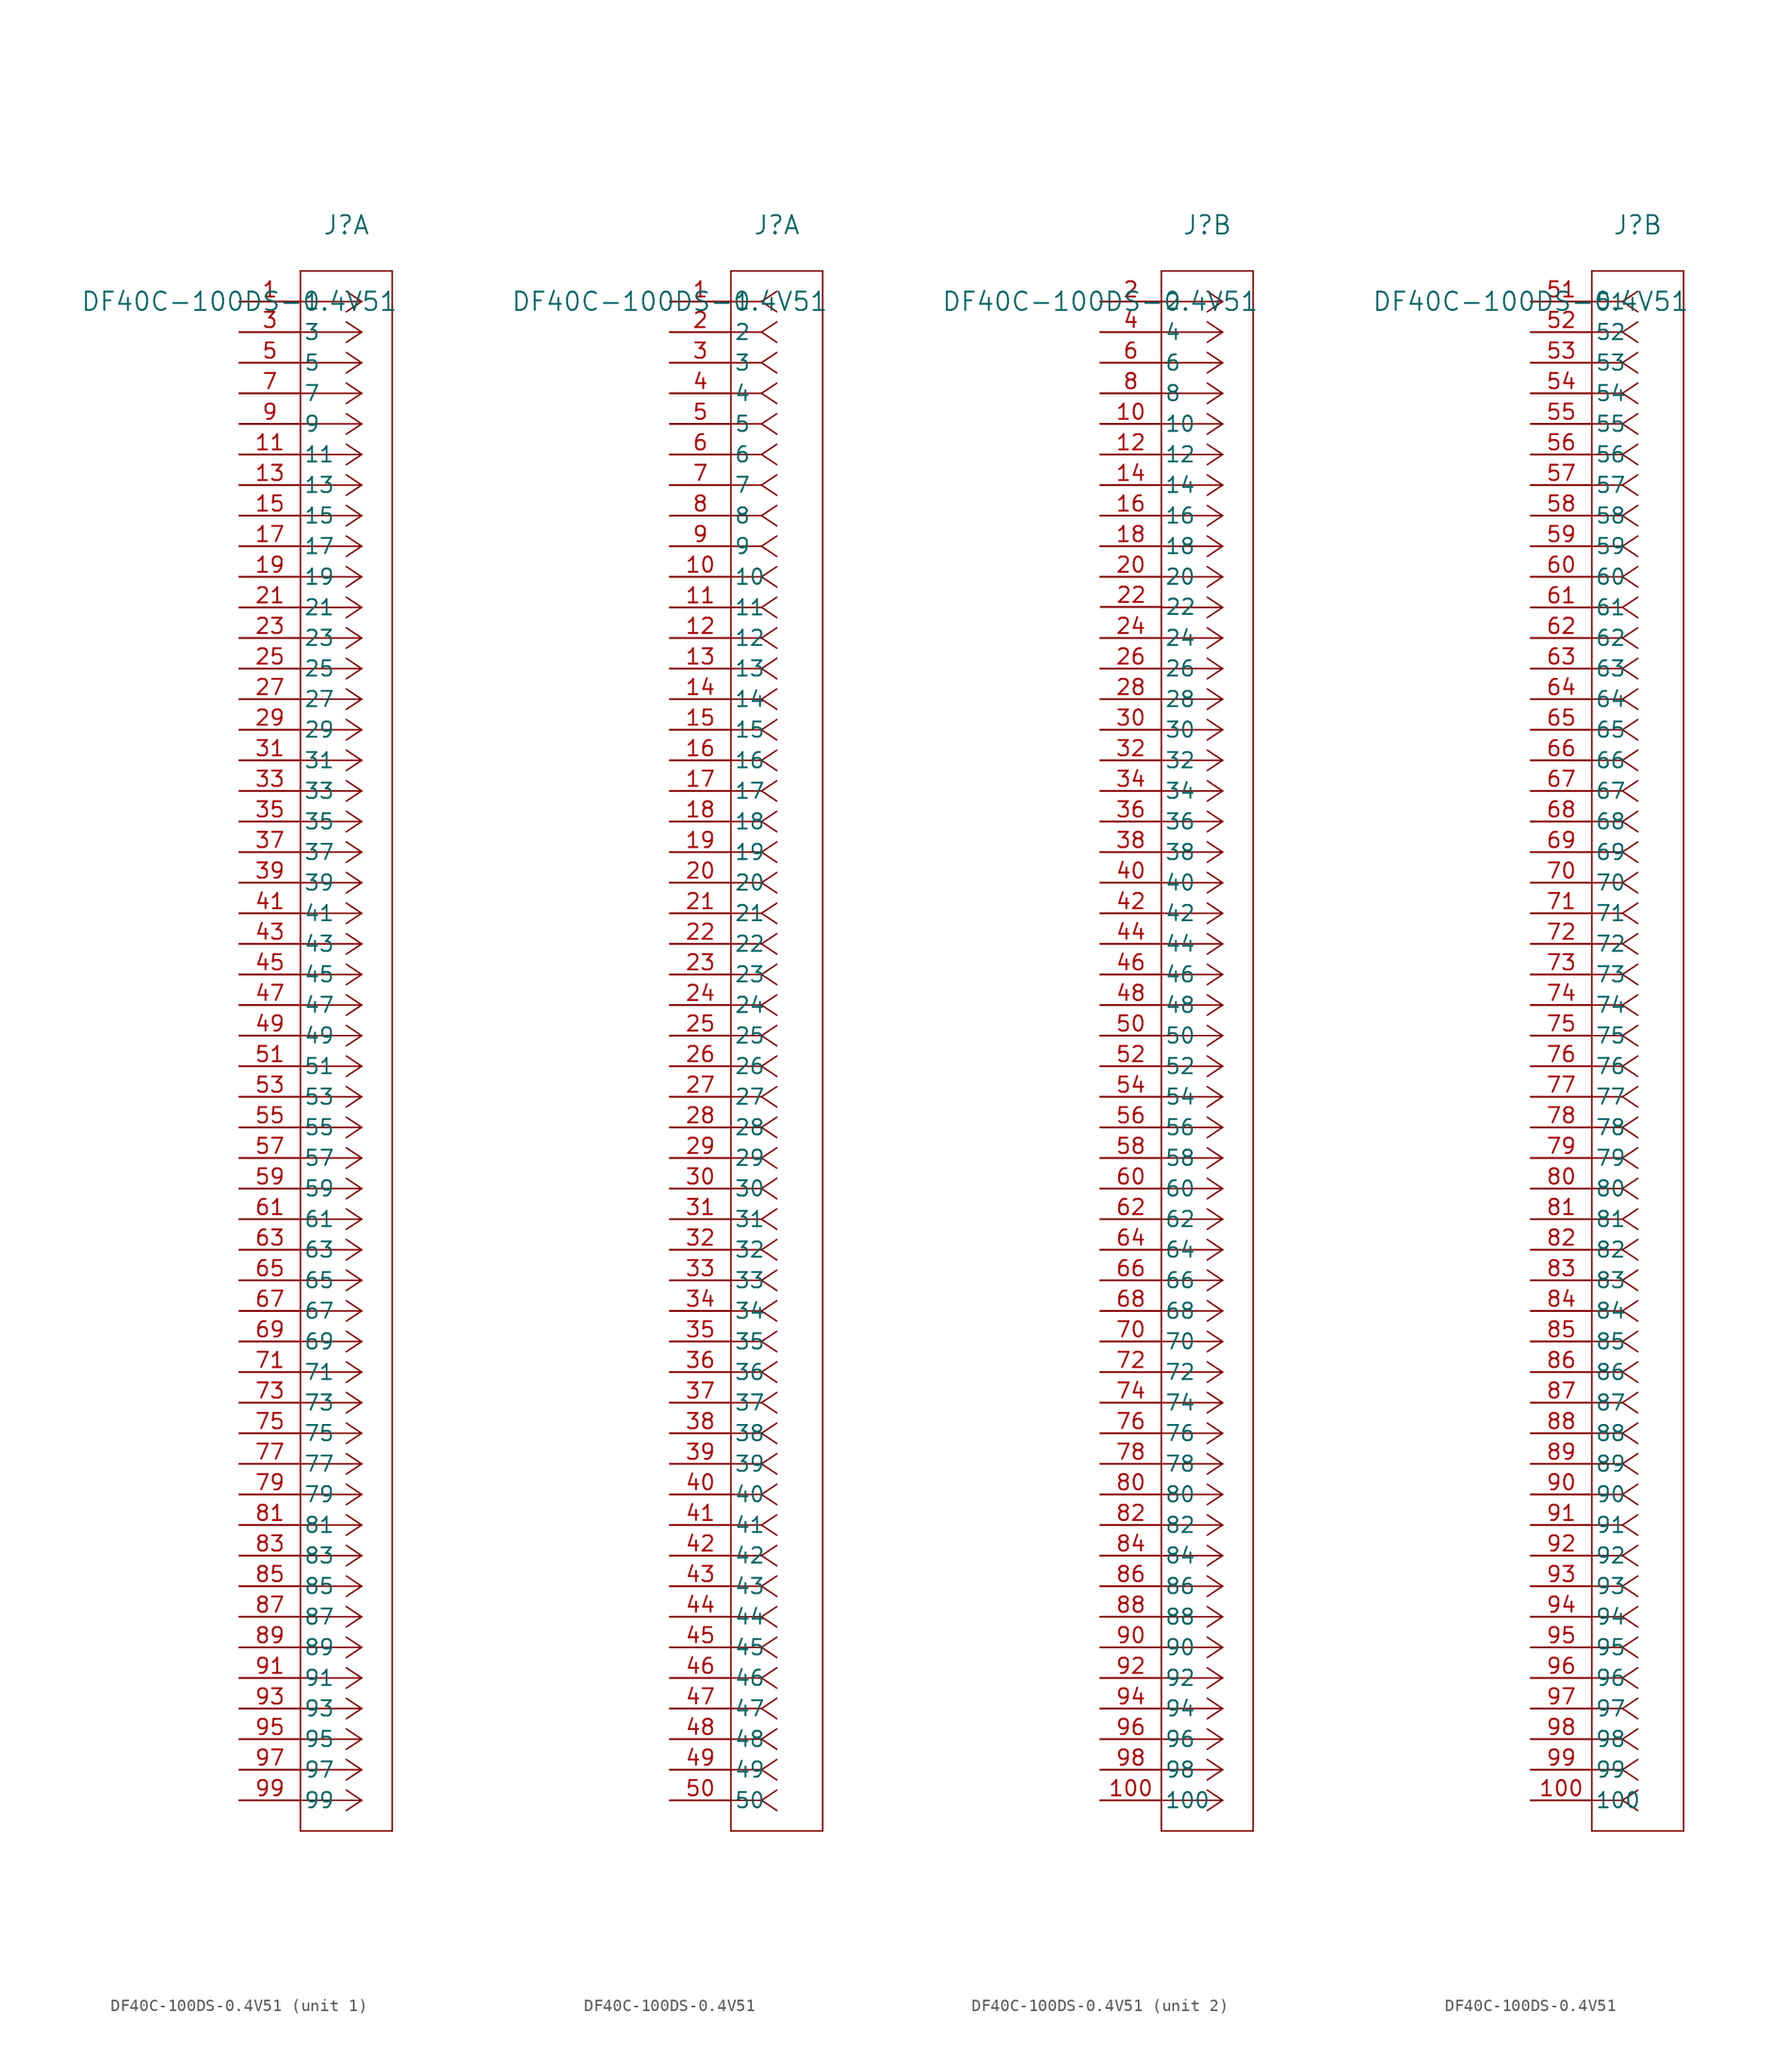
<source format=kicad_sym>
(kicad_symbol_lib
  (version 20231120)
  (generator "kicad_symbol_editor")
  (generator_version "8.0")
  (symbol "DF40C-100DS-0.4V51"
    (pin_names
      (offset 0.254))
    (property "Reference" "J"
      (at 8.89 6.35 0)
      (effects (font (size 1.524 1.524))))
    (property "Value" "DF40C-100DS-0.4V51"
      (at 0 0 0)
      (effects (font (size 1.524 1.524))))
    (property "ki_locked" ""
      (at 0 0 0)
      (effects (font (size 1.27 1.27))))
    (symbol "DF40C-100DS-0.4V51_1_1"
      (polyline (pts (xy 5.08 -127) (xy 12.7 -127)) (stroke (width 0.127) (type default)) (fill (type none)))
      (polyline (pts (xy 5.08 2.54) (xy 5.08 -127)) (stroke (width 0.127) (type default)) (fill (type none)))
      (polyline (pts (xy 10.16 -124.46) (xy 5.08 -124.46)) (stroke (width 0.127) (type default)) (fill (type none)))
      (polyline (pts (xy 10.16 -124.46) (xy 8.89 -125.307)) (stroke (width 0.127) (type default)) (fill (type none)))
      (polyline (pts (xy 10.16 -124.46) (xy 8.89 -123.613)) (stroke (width 0.127) (type default)) (fill (type none)))
      (polyline (pts (xy 10.16 -121.92) (xy 5.08 -121.92)) (stroke (width 0.127) (type default)) (fill (type none)))
      (polyline (pts (xy 10.16 -121.92) (xy 8.89 -122.767)) (stroke (width 0.127) (type default)) (fill (type none)))
      (polyline (pts (xy 10.16 -121.92) (xy 8.89 -121.073)) (stroke (width 0.127) (type default)) (fill (type none)))
      (polyline (pts (xy 10.16 -119.38) (xy 5.08 -119.38)) (stroke (width 0.127) (type default)) (fill (type none)))
      (polyline (pts (xy 10.16 -119.38) (xy 8.89 -120.227)) (stroke (width 0.127) (type default)) (fill (type none)))
      (polyline (pts (xy 10.16 -119.38) (xy 8.89 -118.533)) (stroke (width 0.127) (type default)) (fill (type none)))
      (polyline (pts (xy 10.16 -116.84) (xy 5.08 -116.84)) (stroke (width 0.127) (type default)) (fill (type none)))
      (polyline (pts (xy 10.16 -116.84) (xy 8.89 -117.687)) (stroke (width 0.127) (type default)) (fill (type none)))
      (polyline (pts (xy 10.16 -116.84) (xy 8.89 -115.993)) (stroke (width 0.127) (type default)) (fill (type none)))
      (polyline (pts (xy 10.16 -114.3) (xy 5.08 -114.3)) (stroke (width 0.127) (type default)) (fill (type none)))
      (polyline (pts (xy 10.16 -114.3) (xy 8.89 -115.147)) (stroke (width 0.127) (type default)) (fill (type none)))
      (polyline (pts (xy 10.16 -114.3) (xy 8.89 -113.453)) (stroke (width 0.127) (type default)) (fill (type none)))
      (polyline (pts (xy 10.16 -111.76) (xy 5.08 -111.76)) (stroke (width 0.127) (type default)) (fill (type none)))
      (polyline (pts (xy 10.16 -111.76) (xy 8.89 -112.607)) (stroke (width 0.127) (type default)) (fill (type none)))
      (polyline (pts (xy 10.16 -111.76) (xy 8.89 -110.913)) (stroke (width 0.127) (type default)) (fill (type none)))
      (polyline (pts (xy 10.16 -109.22) (xy 5.08 -109.22)) (stroke (width 0.127) (type default)) (fill (type none)))
      (polyline (pts (xy 10.16 -109.22) (xy 8.89 -110.067)) (stroke (width 0.127) (type default)) (fill (type none)))
      (polyline (pts (xy 10.16 -109.22) (xy 8.89 -108.373)) (stroke (width 0.127) (type default)) (fill (type none)))
      (polyline (pts (xy 10.16 -106.68) (xy 5.08 -106.68)) (stroke (width 0.127) (type default)) (fill (type none)))
      (polyline (pts (xy 10.16 -106.68) (xy 8.89 -107.527)) (stroke (width 0.127) (type default)) (fill (type none)))
      (polyline (pts (xy 10.16 -106.68) (xy 8.89 -105.833)) (stroke (width 0.127) (type default)) (fill (type none)))
      (polyline (pts (xy 10.16 -104.14) (xy 5.08 -104.14)) (stroke (width 0.127) (type default)) (fill (type none)))
      (polyline (pts (xy 10.16 -104.14) (xy 8.89 -104.987)) (stroke (width 0.127) (type default)) (fill (type none)))
      (polyline (pts (xy 10.16 -104.14) (xy 8.89 -103.293)) (stroke (width 0.127) (type default)) (fill (type none)))
      (polyline (pts (xy 10.16 -101.6) (xy 5.08 -101.6)) (stroke (width 0.127) (type default)) (fill (type none)))
      (polyline (pts (xy 10.16 -101.6) (xy 8.89 -102.447)) (stroke (width 0.127) (type default)) (fill (type none)))
      (polyline (pts (xy 10.16 -101.6) (xy 8.89 -100.753)) (stroke (width 0.127) (type default)) (fill (type none)))
      (polyline (pts (xy 10.16 -99.06) (xy 5.08 -99.06)) (stroke (width 0.127) (type default)) (fill (type none)))
      (polyline (pts (xy 10.16 -99.06) (xy 8.89 -99.907)) (stroke (width 0.127) (type default)) (fill (type none)))
      (polyline (pts (xy 10.16 -99.06) (xy 8.89 -98.213)) (stroke (width 0.127) (type default)) (fill (type none)))
      (polyline (pts (xy 10.16 -96.52) (xy 5.08 -96.52)) (stroke (width 0.127) (type default)) (fill (type none)))
      (polyline (pts (xy 10.16 -96.52) (xy 8.89 -97.367)) (stroke (width 0.127) (type default)) (fill (type none)))
      (polyline (pts (xy 10.16 -96.52) (xy 8.89 -95.673)) (stroke (width 0.127) (type default)) (fill (type none)))
      (polyline (pts (xy 10.16 -93.98) (xy 5.08 -93.98)) (stroke (width 0.127) (type default)) (fill (type none)))
      (polyline (pts (xy 10.16 -93.98) (xy 8.89 -94.827)) (stroke (width 0.127) (type default)) (fill (type none)))
      (polyline (pts (xy 10.16 -93.98) (xy 8.89 -93.133)) (stroke (width 0.127) (type default)) (fill (type none)))
      (polyline (pts (xy 10.16 -91.44) (xy 5.08 -91.44)) (stroke (width 0.127) (type default)) (fill (type none)))
      (polyline (pts (xy 10.16 -91.44) (xy 8.89 -92.287)) (stroke (width 0.127) (type default)) (fill (type none)))
      (polyline (pts (xy 10.16 -91.44) (xy 8.89 -90.593)) (stroke (width 0.127) (type default)) (fill (type none)))
      (polyline (pts (xy 10.16 -88.9) (xy 5.08 -88.9)) (stroke (width 0.127) (type default)) (fill (type none)))
      (polyline (pts (xy 10.16 -88.9) (xy 8.89 -89.747)) (stroke (width 0.127) (type default)) (fill (type none)))
      (polyline (pts (xy 10.16 -88.9) (xy 8.89 -88.053)) (stroke (width 0.127) (type default)) (fill (type none)))
      (polyline (pts (xy 10.16 -86.36) (xy 5.08 -86.36)) (stroke (width 0.127) (type default)) (fill (type none)))
      (polyline (pts (xy 10.16 -86.36) (xy 8.89 -87.207)) (stroke (width 0.127) (type default)) (fill (type none)))
      (polyline (pts (xy 10.16 -86.36) (xy 8.89 -85.513)) (stroke (width 0.127) (type default)) (fill (type none)))
      (polyline (pts (xy 10.16 -83.82) (xy 5.08 -83.82)) (stroke (width 0.127) (type default)) (fill (type none)))
      (polyline (pts (xy 10.16 -83.82) (xy 8.89 -84.667)) (stroke (width 0.127) (type default)) (fill (type none)))
      (polyline (pts (xy 10.16 -83.82) (xy 8.89 -82.973)) (stroke (width 0.127) (type default)) (fill (type none)))
      (polyline (pts (xy 10.16 -81.28) (xy 5.08 -81.28)) (stroke (width 0.127) (type default)) (fill (type none)))
      (polyline (pts (xy 10.16 -81.28) (xy 8.89 -82.127)) (stroke (width 0.127) (type default)) (fill (type none)))
      (polyline (pts (xy 10.16 -81.28) (xy 8.89 -80.433)) (stroke (width 0.127) (type default)) (fill (type none)))
      (polyline (pts (xy 10.16 -78.74) (xy 5.08 -78.74)) (stroke (width 0.127) (type default)) (fill (type none)))
      (polyline (pts (xy 10.16 -78.74) (xy 8.89 -79.587)) (stroke (width 0.127) (type default)) (fill (type none)))
      (polyline (pts (xy 10.16 -78.74) (xy 8.89 -77.893)) (stroke (width 0.127) (type default)) (fill (type none)))
      (polyline (pts (xy 10.16 -76.2) (xy 5.08 -76.2)) (stroke (width 0.127) (type default)) (fill (type none)))
      (polyline (pts (xy 10.16 -76.2) (xy 8.89 -77.047)) (stroke (width 0.127) (type default)) (fill (type none)))
      (polyline (pts (xy 10.16 -76.2) (xy 8.89 -75.353)) (stroke (width 0.127) (type default)) (fill (type none)))
      (polyline (pts (xy 10.16 -73.66) (xy 5.08 -73.66)) (stroke (width 0.127) (type default)) (fill (type none)))
      (polyline (pts (xy 10.16 -73.66) (xy 8.89 -74.507)) (stroke (width 0.127) (type default)) (fill (type none)))
      (polyline (pts (xy 10.16 -73.66) (xy 8.89 -72.813)) (stroke (width 0.127) (type default)) (fill (type none)))
      (polyline (pts (xy 10.16 -71.12) (xy 5.08 -71.12)) (stroke (width 0.127) (type default)) (fill (type none)))
      (polyline (pts (xy 10.16 -71.12) (xy 8.89 -71.967)) (stroke (width 0.127) (type default)) (fill (type none)))
      (polyline (pts (xy 10.16 -71.12) (xy 8.89 -70.273)) (stroke (width 0.127) (type default)) (fill (type none)))
      (polyline (pts (xy 10.16 -68.58) (xy 5.08 -68.58)) (stroke (width 0.127) (type default)) (fill (type none)))
      (polyline (pts (xy 10.16 -68.58) (xy 8.89 -69.427)) (stroke (width 0.127) (type default)) (fill (type none)))
      (polyline (pts (xy 10.16 -68.58) (xy 8.89 -67.733)) (stroke (width 0.127) (type default)) (fill (type none)))
      (polyline (pts (xy 10.16 -66.04) (xy 5.08 -66.04)) (stroke (width 0.127) (type default)) (fill (type none)))
      (polyline (pts (xy 10.16 -66.04) (xy 8.89 -66.887)) (stroke (width 0.127) (type default)) (fill (type none)))
      (polyline (pts (xy 10.16 -66.04) (xy 8.89 -65.193)) (stroke (width 0.127) (type default)) (fill (type none)))
      (polyline (pts (xy 10.16 -63.5) (xy 5.08 -63.5)) (stroke (width 0.127) (type default)) (fill (type none)))
      (polyline (pts (xy 10.16 -63.5) (xy 8.89 -64.347)) (stroke (width 0.127) (type default)) (fill (type none)))
      (polyline (pts (xy 10.16 -63.5) (xy 8.89 -62.653)) (stroke (width 0.127) (type default)) (fill (type none)))
      (polyline (pts (xy 10.16 -60.96) (xy 5.08 -60.96)) (stroke (width 0.127) (type default)) (fill (type none)))
      (polyline (pts (xy 10.16 -60.96) (xy 8.89 -61.807)) (stroke (width 0.127) (type default)) (fill (type none)))
      (polyline (pts (xy 10.16 -60.96) (xy 8.89 -60.113)) (stroke (width 0.127) (type default)) (fill (type none)))
      (polyline (pts (xy 10.16 -58.42) (xy 5.08 -58.42)) (stroke (width 0.127) (type default)) (fill (type none)))
      (polyline (pts (xy 10.16 -58.42) (xy 8.89 -59.267)) (stroke (width 0.127) (type default)) (fill (type none)))
      (polyline (pts (xy 10.16 -58.42) (xy 8.89 -57.573)) (stroke (width 0.127) (type default)) (fill (type none)))
      (polyline (pts (xy 10.16 -55.88) (xy 5.08 -55.88)) (stroke (width 0.127) (type default)) (fill (type none)))
      (polyline (pts (xy 10.16 -55.88) (xy 8.89 -56.727)) (stroke (width 0.127) (type default)) (fill (type none)))
      (polyline (pts (xy 10.16 -55.88) (xy 8.89 -55.033)) (stroke (width 0.127) (type default)) (fill (type none)))
      (polyline (pts (xy 10.16 -53.34) (xy 5.08 -53.34)) (stroke (width 0.127) (type default)) (fill (type none)))
      (polyline (pts (xy 10.16 -53.34) (xy 8.89 -54.187)) (stroke (width 0.127) (type default)) (fill (type none)))
      (polyline (pts (xy 10.16 -53.34) (xy 8.89 -52.493)) (stroke (width 0.127) (type default)) (fill (type none)))
      (polyline (pts (xy 10.16 -50.8) (xy 5.08 -50.8)) (stroke (width 0.127) (type default)) (fill (type none)))
      (polyline (pts (xy 10.16 -50.8) (xy 8.89 -51.647)) (stroke (width 0.127) (type default)) (fill (type none)))
      (polyline (pts (xy 10.16 -50.8) (xy 8.89 -49.953)) (stroke (width 0.127) (type default)) (fill (type none)))
      (polyline (pts (xy 10.16 -48.26) (xy 5.08 -48.26)) (stroke (width 0.127) (type default)) (fill (type none)))
      (polyline (pts (xy 10.16 -48.26) (xy 8.89 -49.107)) (stroke (width 0.127) (type default)) (fill (type none)))
      (polyline (pts (xy 10.16 -48.26) (xy 8.89 -47.413)) (stroke (width 0.127) (type default)) (fill (type none)))
      (polyline (pts (xy 10.16 -45.72) (xy 5.08 -45.72)) (stroke (width 0.127) (type default)) (fill (type none)))
      (polyline (pts (xy 10.16 -45.72) (xy 8.89 -46.567)) (stroke (width 0.127) (type default)) (fill (type none)))
      (polyline (pts (xy 10.16 -45.72) (xy 8.89 -44.873)) (stroke (width 0.127) (type default)) (fill (type none)))
      (polyline (pts (xy 10.16 -43.18) (xy 5.08 -43.18)) (stroke (width 0.127) (type default)) (fill (type none)))
      (polyline (pts (xy 10.16 -43.18) (xy 8.89 -44.027)) (stroke (width 0.127) (type default)) (fill (type none)))
      (polyline (pts (xy 10.16 -43.18) (xy 8.89 -42.333)) (stroke (width 0.127) (type default)) (fill (type none)))
      (polyline (pts (xy 10.16 -40.64) (xy 5.08 -40.64)) (stroke (width 0.127) (type default)) (fill (type none)))
      (polyline (pts (xy 10.16 -40.64) (xy 8.89 -41.487)) (stroke (width 0.127) (type default)) (fill (type none)))
      (polyline (pts (xy 10.16 -40.64) (xy 8.89 -39.793)) (stroke (width 0.127) (type default)) (fill (type none)))
      (polyline (pts (xy 10.16 -38.1) (xy 5.08 -38.1)) (stroke (width 0.127) (type default)) (fill (type none)))
      (polyline (pts (xy 10.16 -38.1) (xy 8.89 -38.947)) (stroke (width 0.127) (type default)) (fill (type none)))
      (polyline (pts (xy 10.16 -38.1) (xy 8.89 -37.253)) (stroke (width 0.127) (type default)) (fill (type none)))
      (polyline (pts (xy 10.16 -35.56) (xy 5.08 -35.56)) (stroke (width 0.127) (type default)) (fill (type none)))
      (polyline (pts (xy 10.16 -35.56) (xy 8.89 -36.407)) (stroke (width 0.127) (type default)) (fill (type none)))
      (polyline (pts (xy 10.16 -35.56) (xy 8.89 -34.713)) (stroke (width 0.127) (type default)) (fill (type none)))
      (polyline (pts (xy 10.16 -33.02) (xy 5.08 -33.02)) (stroke (width 0.127) (type default)) (fill (type none)))
      (polyline (pts (xy 10.16 -33.02) (xy 8.89 -33.867)) (stroke (width 0.127) (type default)) (fill (type none)))
      (polyline (pts (xy 10.16 -33.02) (xy 8.89 -32.173)) (stroke (width 0.127) (type default)) (fill (type none)))
      (polyline (pts (xy 10.16 -30.48) (xy 5.08 -30.48)) (stroke (width 0.127) (type default)) (fill (type none)))
      (polyline (pts (xy 10.16 -30.48) (xy 8.89 -31.327)) (stroke (width 0.127) (type default)) (fill (type none)))
      (polyline (pts (xy 10.16 -30.48) (xy 8.89 -29.633)) (stroke (width 0.127) (type default)) (fill (type none)))
      (polyline (pts (xy 10.16 -27.94) (xy 5.08 -27.94)) (stroke (width 0.127) (type default)) (fill (type none)))
      (polyline (pts (xy 10.16 -27.94) (xy 8.89 -28.787)) (stroke (width 0.127) (type default)) (fill (type none)))
      (polyline (pts (xy 10.16 -27.94) (xy 8.89 -27.093)) (stroke (width 0.127) (type default)) (fill (type none)))
      (polyline (pts (xy 10.16 -25.4) (xy 5.08 -25.4)) (stroke (width 0.127) (type default)) (fill (type none)))
      (polyline (pts (xy 10.16 -25.4) (xy 8.89 -26.247)) (stroke (width 0.127) (type default)) (fill (type none)))
      (polyline (pts (xy 10.16 -25.4) (xy 8.89 -24.553)) (stroke (width 0.127) (type default)) (fill (type none)))
      (polyline (pts (xy 10.16 -22.86) (xy 5.08 -22.86)) (stroke (width 0.127) (type default)) (fill (type none)))
      (polyline (pts (xy 10.16 -22.86) (xy 8.89 -23.707)) (stroke (width 0.127) (type default)) (fill (type none)))
      (polyline (pts (xy 10.16 -22.86) (xy 8.89 -22.013)) (stroke (width 0.127) (type default)) (fill (type none)))
      (polyline (pts (xy 10.16 -20.32) (xy 5.08 -20.32)) (stroke (width 0.127) (type default)) (fill (type none)))
      (polyline (pts (xy 10.16 -20.32) (xy 8.89 -21.167)) (stroke (width 0.127) (type default)) (fill (type none)))
      (polyline (pts (xy 10.16 -20.32) (xy 8.89 -19.473)) (stroke (width 0.127) (type default)) (fill (type none)))
      (polyline (pts (xy 10.16 -17.78) (xy 5.08 -17.78)) (stroke (width 0.127) (type default)) (fill (type none)))
      (polyline (pts (xy 10.16 -17.78) (xy 8.89 -18.627)) (stroke (width 0.127) (type default)) (fill (type none)))
      (polyline (pts (xy 10.16 -17.78) (xy 8.89 -16.933)) (stroke (width 0.127) (type default)) (fill (type none)))
      (polyline (pts (xy 10.16 -15.24) (xy 5.08 -15.24)) (stroke (width 0.127) (type default)) (fill (type none)))
      (polyline (pts (xy 10.16 -15.24) (xy 8.89 -16.087)) (stroke (width 0.127) (type default)) (fill (type none)))
      (polyline (pts (xy 10.16 -15.24) (xy 8.89 -14.393)) (stroke (width 0.127) (type default)) (fill (type none)))
      (polyline (pts (xy 10.16 -12.7) (xy 5.08 -12.7)) (stroke (width 0.127) (type default)) (fill (type none)))
      (polyline (pts (xy 10.16 -12.7) (xy 8.89 -13.547)) (stroke (width 0.127) (type default)) (fill (type none)))
      (polyline (pts (xy 10.16 -12.7) (xy 8.89 -11.853)) (stroke (width 0.127) (type default)) (fill (type none)))
      (polyline (pts (xy 10.16 -10.16) (xy 5.08 -10.16)) (stroke (width 0.127) (type default)) (fill (type none)))
      (polyline (pts (xy 10.16 -10.16) (xy 8.89 -11.007)) (stroke (width 0.127) (type default)) (fill (type none)))
      (polyline (pts (xy 10.16 -10.16) (xy 8.89 -9.313)) (stroke (width 0.127) (type default)) (fill (type none)))
      (polyline (pts (xy 10.16 -7.62) (xy 5.08 -7.62)) (stroke (width 0.127) (type default)) (fill (type none)))
      (polyline (pts (xy 10.16 -7.62) (xy 8.89 -8.467)) (stroke (width 0.127) (type default)) (fill (type none)))
      (polyline (pts (xy 10.16 -7.62) (xy 8.89 -6.773)) (stroke (width 0.127) (type default)) (fill (type none)))
      (polyline (pts (xy 10.16 -5.08) (xy 5.08 -5.08)) (stroke (width 0.127) (type default)) (fill (type none)))
      (polyline (pts (xy 10.16 -5.08) (xy 8.89 -5.927)) (stroke (width 0.127) (type default)) (fill (type none)))
      (polyline (pts (xy 10.16 -5.08) (xy 8.89 -4.233)) (stroke (width 0.127) (type default)) (fill (type none)))
      (polyline (pts (xy 10.16 -2.54) (xy 5.08 -2.54)) (stroke (width 0.127) (type default)) (fill (type none)))
      (polyline (pts (xy 10.16 -2.54) (xy 8.89 -3.387)) (stroke (width 0.127) (type default)) (fill (type none)))
      (polyline (pts (xy 10.16 -2.54) (xy 8.89 -1.693)) (stroke (width 0.127) (type default)) (fill (type none)))
      (polyline (pts (xy 10.16 0) (xy 5.08 0)) (stroke (width 0.127) (type default)) (fill (type none)))
      (polyline (pts (xy 10.16 0) (xy 8.89 -0.847)) (stroke (width 0.127) (type default)) (fill (type none)))
      (polyline (pts (xy 10.16 0) (xy 8.89 0.847)) (stroke (width 0.127) (type default)) (fill (type none)))
      (polyline (pts (xy 12.7 -127) (xy 12.7 2.54)) (stroke (width 0.127) (type default)) (fill (type none)))
      (polyline (pts (xy 12.7 2.54) (xy 5.08 2.54)) (stroke (width 0.127) (type default)) (fill (type none)))
      (pin unspecified line (at 0 0 0) (length 5.08) (name "1" (effects (font (size 1.27 1.27)))) (number "1" (effects (font (size 1.27 1.27)))))
      (pin unspecified line (at 0 -12.7 0) (length 5.08) (name "11" (effects (font (size 1.27 1.27)))) (number "11" (effects (font (size 1.27 1.27)))))
      (pin unspecified line (at 0 -15.24 0) (length 5.08) (name "13" (effects (font (size 1.27 1.27)))) (number "13" (effects (font (size 1.27 1.27)))))
      (pin unspecified line (at 0 -17.78 0) (length 5.08) (name "15" (effects (font (size 1.27 1.27)))) (number "15" (effects (font (size 1.27 1.27)))))
      (pin unspecified line (at 0 -20.32 0) (length 5.08) (name "17" (effects (font (size 1.27 1.27)))) (number "17" (effects (font (size 1.27 1.27)))))
      (pin unspecified line (at 0 -22.86 0) (length 5.08) (name "19" (effects (font (size 1.27 1.27)))) (number "19" (effects (font (size 1.27 1.27)))))
      (pin unspecified line (at 0 -25.4 0) (length 5.08) (name "21" (effects (font (size 1.27 1.27)))) (number "21" (effects (font (size 1.27 1.27)))))
      (pin unspecified line (at 0 -27.94 0) (length 5.08) (name "23" (effects (font (size 1.27 1.27)))) (number "23" (effects (font (size 1.27 1.27)))))
      (pin unspecified line (at 0 -30.48 0) (length 5.08) (name "25" (effects (font (size 1.27 1.27)))) (number "25" (effects (font (size 1.27 1.27)))))
      (pin unspecified line (at 0 -33.02 0) (length 5.08) (name "27" (effects (font (size 1.27 1.27)))) (number "27" (effects (font (size 1.27 1.27)))))
      (pin unspecified line (at 0 -35.56 0) (length 5.08) (name "29" (effects (font (size 1.27 1.27)))) (number "29" (effects (font (size 1.27 1.27)))))
      (pin unspecified line (at 0 -2.54 0) (length 5.08) (name "3" (effects (font (size 1.27 1.27)))) (number "3" (effects (font (size 1.27 1.27)))))
      (pin unspecified line (at 0 -38.1 0) (length 5.08) (name "31" (effects (font (size 1.27 1.27)))) (number "31" (effects (font (size 1.27 1.27)))))
      (pin unspecified line (at 0 -40.64 0) (length 5.08) (name "33" (effects (font (size 1.27 1.27)))) (number "33" (effects (font (size 1.27 1.27)))))
      (pin unspecified line (at 0 -43.18 0) (length 5.08) (name "35" (effects (font (size 1.27 1.27)))) (number "35" (effects (font (size 1.27 1.27)))))
      (pin unspecified line (at 0 -45.72 0) (length 5.08) (name "37" (effects (font (size 1.27 1.27)))) (number "37" (effects (font (size 1.27 1.27)))))
      (pin unspecified line (at 0 -48.26 0) (length 5.08) (name "39" (effects (font (size 1.27 1.27)))) (number "39" (effects (font (size 1.27 1.27)))))
      (pin unspecified line (at 0 -50.8 0) (length 5.08) (name "41" (effects (font (size 1.27 1.27)))) (number "41" (effects (font (size 1.27 1.27)))))
      (pin unspecified line (at 0 -53.34 0) (length 5.08) (name "43" (effects (font (size 1.27 1.27)))) (number "43" (effects (font (size 1.27 1.27)))))
      (pin unspecified line (at 0 -55.88 0) (length 5.08) (name "45" (effects (font (size 1.27 1.27)))) (number "45" (effects (font (size 1.27 1.27)))))
      (pin unspecified line (at 0 -58.42 0) (length 5.08) (name "47" (effects (font (size 1.27 1.27)))) (number "47" (effects (font (size 1.27 1.27)))))
      (pin unspecified line (at 0 -60.96 0) (length 5.08) (name "49" (effects (font (size 1.27 1.27)))) (number "49" (effects (font (size 1.27 1.27)))))
      (pin unspecified line (at 0 -5.08 0) (length 5.08) (name "5" (effects (font (size 1.27 1.27)))) (number "5" (effects (font (size 1.27 1.27)))))
      (pin unspecified line (at 0 -63.5 0) (length 5.08) (name "51" (effects (font (size 1.27 1.27)))) (number "51" (effects (font (size 1.27 1.27)))))
      (pin unspecified line (at 0 -66.04 0) (length 5.08) (name "53" (effects (font (size 1.27 1.27)))) (number "53" (effects (font (size 1.27 1.27)))))
      (pin unspecified line (at 0 -68.58 0) (length 5.08) (name "55" (effects (font (size 1.27 1.27)))) (number "55" (effects (font (size 1.27 1.27)))))
      (pin unspecified line (at 0 -71.12 0) (length 5.08) (name "57" (effects (font (size 1.27 1.27)))) (number "57" (effects (font (size 1.27 1.27)))))
      (pin unspecified line (at 0 -73.66 0) (length 5.08) (name "59" (effects (font (size 1.27 1.27)))) (number "59" (effects (font (size 1.27 1.27)))))
      (pin unspecified line (at 0 -76.2 0) (length 5.08) (name "61" (effects (font (size 1.27 1.27)))) (number "61" (effects (font (size 1.27 1.27)))))
      (pin unspecified line (at 0 -78.74 0) (length 5.08) (name "63" (effects (font (size 1.27 1.27)))) (number "63" (effects (font (size 1.27 1.27)))))
      (pin unspecified line (at 0 -81.28 0) (length 5.08) (name "65" (effects (font (size 1.27 1.27)))) (number "65" (effects (font (size 1.27 1.27)))))
      (pin unspecified line (at 0 -83.82 0) (length 5.08) (name "67" (effects (font (size 1.27 1.27)))) (number "67" (effects (font (size 1.27 1.27)))))
      (pin unspecified line (at 0 -86.36 0) (length 5.08) (name "69" (effects (font (size 1.27 1.27)))) (number "69" (effects (font (size 1.27 1.27)))))
      (pin unspecified line (at 0 -7.62 0) (length 5.08) (name "7" (effects (font (size 1.27 1.27)))) (number "7" (effects (font (size 1.27 1.27)))))
      (pin unspecified line (at 0 -88.9 0) (length 5.08) (name "71" (effects (font (size 1.27 1.27)))) (number "71" (effects (font (size 1.27 1.27)))))
      (pin unspecified line (at 0 -91.44 0) (length 5.08) (name "73" (effects (font (size 1.27 1.27)))) (number "73" (effects (font (size 1.27 1.27)))))
      (pin unspecified line (at 0 -93.98 0) (length 5.08) (name "75" (effects (font (size 1.27 1.27)))) (number "75" (effects (font (size 1.27 1.27)))))
      (pin unspecified line (at 0 -96.52 0) (length 5.08) (name "77" (effects (font (size 1.27 1.27)))) (number "77" (effects (font (size 1.27 1.27)))))
      (pin unspecified line (at 0 -99.06 0) (length 5.08) (name "79" (effects (font (size 1.27 1.27)))) (number "79" (effects (font (size 1.27 1.27)))))
      (pin unspecified line (at 0 -101.6 0) (length 5.08) (name "81" (effects (font (size 1.27 1.27)))) (number "81" (effects (font (size 1.27 1.27)))))
      (pin unspecified line (at 0 -104.14 0) (length 5.08) (name "83" (effects (font (size 1.27 1.27)))) (number "83" (effects (font (size 1.27 1.27)))))
      (pin unspecified line (at 0 -106.68 0) (length 5.08) (name "85" (effects (font (size 1.27 1.27)))) (number "85" (effects (font (size 1.27 1.27)))))
      (pin unspecified line (at 0 -109.22 0) (length 5.08) (name "87" (effects (font (size 1.27 1.27)))) (number "87" (effects (font (size 1.27 1.27)))))
      (pin unspecified line (at 0 -111.76 0) (length 5.08) (name "89" (effects (font (size 1.27 1.27)))) (number "89" (effects (font (size 1.27 1.27)))))
      (pin unspecified line (at 0 -10.16 0) (length 5.08) (name "9" (effects (font (size 1.27 1.27)))) (number "9" (effects (font (size 1.27 1.27)))))
      (pin unspecified line (at 0 -114.3 0) (length 5.08) (name "91" (effects (font (size 1.27 1.27)))) (number "91" (effects (font (size 1.27 1.27)))))
      (pin unspecified line (at 0 -116.84 0) (length 5.08) (name "93" (effects (font (size 1.27 1.27)))) (number "93" (effects (font (size 1.27 1.27)))))
      (pin unspecified line (at 0 -119.38 0) (length 5.08) (name "95" (effects (font (size 1.27 1.27)))) (number "95" (effects (font (size 1.27 1.27)))))
      (pin unspecified line (at 0 -121.92 0) (length 5.08) (name "97" (effects (font (size 1.27 1.27)))) (number "97" (effects (font (size 1.27 1.27)))))
      (pin unspecified line (at 0 -124.46 0) (length 5.08) (name "99" (effects (font (size 1.27 1.27)))) (number "99" (effects (font (size 1.27 1.27))))))
    (symbol "DF40C-100DS-0.4V51_1_2"
      (polyline (pts (xy 5.08 -127) (xy 12.7 -127)) (stroke (width 0.127) (type default)) (fill (type none)))
      (polyline (pts (xy 5.08 2.54) (xy 5.08 -127)) (stroke (width 0.127) (type default)) (fill (type none)))
      (polyline (pts (xy 7.62 -124.46) (xy 5.08 -124.46)) (stroke (width 0.127) (type default)) (fill (type none)))
      (polyline (pts (xy 7.62 -124.46) (xy 8.89 -125.307)) (stroke (width 0.127) (type default)) (fill (type none)))
      (polyline (pts (xy 7.62 -124.46) (xy 8.89 -123.613)) (stroke (width 0.127) (type default)) (fill (type none)))
      (polyline (pts (xy 7.62 -121.92) (xy 5.08 -121.92)) (stroke (width 0.127) (type default)) (fill (type none)))
      (polyline (pts (xy 7.62 -121.92) (xy 8.89 -122.767)) (stroke (width 0.127) (type default)) (fill (type none)))
      (polyline (pts (xy 7.62 -121.92) (xy 8.89 -121.073)) (stroke (width 0.127) (type default)) (fill (type none)))
      (polyline (pts (xy 7.62 -119.38) (xy 5.08 -119.38)) (stroke (width 0.127) (type default)) (fill (type none)))
      (polyline (pts (xy 7.62 -119.38) (xy 8.89 -120.227)) (stroke (width 0.127) (type default)) (fill (type none)))
      (polyline (pts (xy 7.62 -119.38) (xy 8.89 -118.533)) (stroke (width 0.127) (type default)) (fill (type none)))
      (polyline (pts (xy 7.62 -116.84) (xy 5.08 -116.84)) (stroke (width 0.127) (type default)) (fill (type none)))
      (polyline (pts (xy 7.62 -116.84) (xy 8.89 -117.687)) (stroke (width 0.127) (type default)) (fill (type none)))
      (polyline (pts (xy 7.62 -116.84) (xy 8.89 -115.993)) (stroke (width 0.127) (type default)) (fill (type none)))
      (polyline (pts (xy 7.62 -114.3) (xy 5.08 -114.3)) (stroke (width 0.127) (type default)) (fill (type none)))
      (polyline (pts (xy 7.62 -114.3) (xy 8.89 -115.147)) (stroke (width 0.127) (type default)) (fill (type none)))
      (polyline (pts (xy 7.62 -114.3) (xy 8.89 -113.453)) (stroke (width 0.127) (type default)) (fill (type none)))
      (polyline (pts (xy 7.62 -111.76) (xy 5.08 -111.76)) (stroke (width 0.127) (type default)) (fill (type none)))
      (polyline (pts (xy 7.62 -111.76) (xy 8.89 -112.607)) (stroke (width 0.127) (type default)) (fill (type none)))
      (polyline (pts (xy 7.62 -111.76) (xy 8.89 -110.913)) (stroke (width 0.127) (type default)) (fill (type none)))
      (polyline (pts (xy 7.62 -109.22) (xy 5.08 -109.22)) (stroke (width 0.127) (type default)) (fill (type none)))
      (polyline (pts (xy 7.62 -109.22) (xy 8.89 -110.067)) (stroke (width 0.127) (type default)) (fill (type none)))
      (polyline (pts (xy 7.62 -109.22) (xy 8.89 -108.373)) (stroke (width 0.127) (type default)) (fill (type none)))
      (polyline (pts (xy 7.62 -106.68) (xy 5.08 -106.68)) (stroke (width 0.127) (type default)) (fill (type none)))
      (polyline (pts (xy 7.62 -106.68) (xy 8.89 -107.527)) (stroke (width 0.127) (type default)) (fill (type none)))
      (polyline (pts (xy 7.62 -106.68) (xy 8.89 -105.833)) (stroke (width 0.127) (type default)) (fill (type none)))
      (polyline (pts (xy 7.62 -104.14) (xy 5.08 -104.14)) (stroke (width 0.127) (type default)) (fill (type none)))
      (polyline (pts (xy 7.62 -104.14) (xy 8.89 -104.987)) (stroke (width 0.127) (type default)) (fill (type none)))
      (polyline (pts (xy 7.62 -104.14) (xy 8.89 -103.293)) (stroke (width 0.127) (type default)) (fill (type none)))
      (polyline (pts (xy 7.62 -101.6) (xy 5.08 -101.6)) (stroke (width 0.127) (type default)) (fill (type none)))
      (polyline (pts (xy 7.62 -101.6) (xy 8.89 -102.447)) (stroke (width 0.127) (type default)) (fill (type none)))
      (polyline (pts (xy 7.62 -101.6) (xy 8.89 -100.753)) (stroke (width 0.127) (type default)) (fill (type none)))
      (polyline (pts (xy 7.62 -99.06) (xy 5.08 -99.06)) (stroke (width 0.127) (type default)) (fill (type none)))
      (polyline (pts (xy 7.62 -99.06) (xy 8.89 -99.907)) (stroke (width 0.127) (type default)) (fill (type none)))
      (polyline (pts (xy 7.62 -99.06) (xy 8.89 -98.213)) (stroke (width 0.127) (type default)) (fill (type none)))
      (polyline (pts (xy 7.62 -96.52) (xy 5.08 -96.52)) (stroke (width 0.127) (type default)) (fill (type none)))
      (polyline (pts (xy 7.62 -96.52) (xy 8.89 -97.367)) (stroke (width 0.127) (type default)) (fill (type none)))
      (polyline (pts (xy 7.62 -96.52) (xy 8.89 -95.673)) (stroke (width 0.127) (type default)) (fill (type none)))
      (polyline (pts (xy 7.62 -93.98) (xy 5.08 -93.98)) (stroke (width 0.127) (type default)) (fill (type none)))
      (polyline (pts (xy 7.62 -93.98) (xy 8.89 -94.827)) (stroke (width 0.127) (type default)) (fill (type none)))
      (polyline (pts (xy 7.62 -93.98) (xy 8.89 -93.133)) (stroke (width 0.127) (type default)) (fill (type none)))
      (polyline (pts (xy 7.62 -91.44) (xy 5.08 -91.44)) (stroke (width 0.127) (type default)) (fill (type none)))
      (polyline (pts (xy 7.62 -91.44) (xy 8.89 -92.287)) (stroke (width 0.127) (type default)) (fill (type none)))
      (polyline (pts (xy 7.62 -91.44) (xy 8.89 -90.593)) (stroke (width 0.127) (type default)) (fill (type none)))
      (polyline (pts (xy 7.62 -88.9) (xy 5.08 -88.9)) (stroke (width 0.127) (type default)) (fill (type none)))
      (polyline (pts (xy 7.62 -88.9) (xy 8.89 -89.747)) (stroke (width 0.127) (type default)) (fill (type none)))
      (polyline (pts (xy 7.62 -88.9) (xy 8.89 -88.053)) (stroke (width 0.127) (type default)) (fill (type none)))
      (polyline (pts (xy 7.62 -86.36) (xy 5.08 -86.36)) (stroke (width 0.127) (type default)) (fill (type none)))
      (polyline (pts (xy 7.62 -86.36) (xy 8.89 -87.207)) (stroke (width 0.127) (type default)) (fill (type none)))
      (polyline (pts (xy 7.62 -86.36) (xy 8.89 -85.513)) (stroke (width 0.127) (type default)) (fill (type none)))
      (polyline (pts (xy 7.62 -83.82) (xy 5.08 -83.82)) (stroke (width 0.127) (type default)) (fill (type none)))
      (polyline (pts (xy 7.62 -83.82) (xy 8.89 -84.667)) (stroke (width 0.127) (type default)) (fill (type none)))
      (polyline (pts (xy 7.62 -83.82) (xy 8.89 -82.973)) (stroke (width 0.127) (type default)) (fill (type none)))
      (polyline (pts (xy 7.62 -81.28) (xy 5.08 -81.28)) (stroke (width 0.127) (type default)) (fill (type none)))
      (polyline (pts (xy 7.62 -81.28) (xy 8.89 -82.127)) (stroke (width 0.127) (type default)) (fill (type none)))
      (polyline (pts (xy 7.62 -81.28) (xy 8.89 -80.433)) (stroke (width 0.127) (type default)) (fill (type none)))
      (polyline (pts (xy 7.62 -78.74) (xy 5.08 -78.74)) (stroke (width 0.127) (type default)) (fill (type none)))
      (polyline (pts (xy 7.62 -78.74) (xy 8.89 -79.587)) (stroke (width 0.127) (type default)) (fill (type none)))
      (polyline (pts (xy 7.62 -78.74) (xy 8.89 -77.893)) (stroke (width 0.127) (type default)) (fill (type none)))
      (polyline (pts (xy 7.62 -76.2) (xy 5.08 -76.2)) (stroke (width 0.127) (type default)) (fill (type none)))
      (polyline (pts (xy 7.62 -76.2) (xy 8.89 -77.047)) (stroke (width 0.127) (type default)) (fill (type none)))
      (polyline (pts (xy 7.62 -76.2) (xy 8.89 -75.353)) (stroke (width 0.127) (type default)) (fill (type none)))
      (polyline (pts (xy 7.62 -73.66) (xy 5.08 -73.66)) (stroke (width 0.127) (type default)) (fill (type none)))
      (polyline (pts (xy 7.62 -73.66) (xy 8.89 -74.507)) (stroke (width 0.127) (type default)) (fill (type none)))
      (polyline (pts (xy 7.62 -73.66) (xy 8.89 -72.813)) (stroke (width 0.127) (type default)) (fill (type none)))
      (polyline (pts (xy 7.62 -71.12) (xy 5.08 -71.12)) (stroke (width 0.127) (type default)) (fill (type none)))
      (polyline (pts (xy 7.62 -71.12) (xy 8.89 -71.967)) (stroke (width 0.127) (type default)) (fill (type none)))
      (polyline (pts (xy 7.62 -71.12) (xy 8.89 -70.273)) (stroke (width 0.127) (type default)) (fill (type none)))
      (polyline (pts (xy 7.62 -68.58) (xy 5.08 -68.58)) (stroke (width 0.127) (type default)) (fill (type none)))
      (polyline (pts (xy 7.62 -68.58) (xy 8.89 -69.427)) (stroke (width 0.127) (type default)) (fill (type none)))
      (polyline (pts (xy 7.62 -68.58) (xy 8.89 -67.733)) (stroke (width 0.127) (type default)) (fill (type none)))
      (polyline (pts (xy 7.62 -66.04) (xy 5.08 -66.04)) (stroke (width 0.127) (type default)) (fill (type none)))
      (polyline (pts (xy 7.62 -66.04) (xy 8.89 -66.887)) (stroke (width 0.127) (type default)) (fill (type none)))
      (polyline (pts (xy 7.62 -66.04) (xy 8.89 -65.193)) (stroke (width 0.127) (type default)) (fill (type none)))
      (polyline (pts (xy 7.62 -63.5) (xy 5.08 -63.5)) (stroke (width 0.127) (type default)) (fill (type none)))
      (polyline (pts (xy 7.62 -63.5) (xy 8.89 -64.347)) (stroke (width 0.127) (type default)) (fill (type none)))
      (polyline (pts (xy 7.62 -63.5) (xy 8.89 -62.653)) (stroke (width 0.127) (type default)) (fill (type none)))
      (polyline (pts (xy 7.62 -60.96) (xy 5.08 -60.96)) (stroke (width 0.127) (type default)) (fill (type none)))
      (polyline (pts (xy 7.62 -60.96) (xy 8.89 -61.807)) (stroke (width 0.127) (type default)) (fill (type none)))
      (polyline (pts (xy 7.62 -60.96) (xy 8.89 -60.113)) (stroke (width 0.127) (type default)) (fill (type none)))
      (polyline (pts (xy 7.62 -58.42) (xy 5.08 -58.42)) (stroke (width 0.127) (type default)) (fill (type none)))
      (polyline (pts (xy 7.62 -58.42) (xy 8.89 -59.267)) (stroke (width 0.127) (type default)) (fill (type none)))
      (polyline (pts (xy 7.62 -58.42) (xy 8.89 -57.573)) (stroke (width 0.127) (type default)) (fill (type none)))
      (polyline (pts (xy 7.62 -55.88) (xy 5.08 -55.88)) (stroke (width 0.127) (type default)) (fill (type none)))
      (polyline (pts (xy 7.62 -55.88) (xy 8.89 -56.727)) (stroke (width 0.127) (type default)) (fill (type none)))
      (polyline (pts (xy 7.62 -55.88) (xy 8.89 -55.033)) (stroke (width 0.127) (type default)) (fill (type none)))
      (polyline (pts (xy 7.62 -53.34) (xy 5.08 -53.34)) (stroke (width 0.127) (type default)) (fill (type none)))
      (polyline (pts (xy 7.62 -53.34) (xy 8.89 -54.187)) (stroke (width 0.127) (type default)) (fill (type none)))
      (polyline (pts (xy 7.62 -53.34) (xy 8.89 -52.493)) (stroke (width 0.127) (type default)) (fill (type none)))
      (polyline (pts (xy 7.62 -50.8) (xy 5.08 -50.8)) (stroke (width 0.127) (type default)) (fill (type none)))
      (polyline (pts (xy 7.62 -50.8) (xy 8.89 -51.647)) (stroke (width 0.127) (type default)) (fill (type none)))
      (polyline (pts (xy 7.62 -50.8) (xy 8.89 -49.953)) (stroke (width 0.127) (type default)) (fill (type none)))
      (polyline (pts (xy 7.62 -48.26) (xy 5.08 -48.26)) (stroke (width 0.127) (type default)) (fill (type none)))
      (polyline (pts (xy 7.62 -48.26) (xy 8.89 -49.107)) (stroke (width 0.127) (type default)) (fill (type none)))
      (polyline (pts (xy 7.62 -48.26) (xy 8.89 -47.413)) (stroke (width 0.127) (type default)) (fill (type none)))
      (polyline (pts (xy 7.62 -45.72) (xy 5.08 -45.72)) (stroke (width 0.127) (type default)) (fill (type none)))
      (polyline (pts (xy 7.62 -45.72) (xy 8.89 -46.567)) (stroke (width 0.127) (type default)) (fill (type none)))
      (polyline (pts (xy 7.62 -45.72) (xy 8.89 -44.873)) (stroke (width 0.127) (type default)) (fill (type none)))
      (polyline (pts (xy 7.62 -43.18) (xy 5.08 -43.18)) (stroke (width 0.127) (type default)) (fill (type none)))
      (polyline (pts (xy 7.62 -43.18) (xy 8.89 -44.027)) (stroke (width 0.127) (type default)) (fill (type none)))
      (polyline (pts (xy 7.62 -43.18) (xy 8.89 -42.333)) (stroke (width 0.127) (type default)) (fill (type none)))
      (polyline (pts (xy 7.62 -40.64) (xy 5.08 -40.64)) (stroke (width 0.127) (type default)) (fill (type none)))
      (polyline (pts (xy 7.62 -40.64) (xy 8.89 -41.487)) (stroke (width 0.127) (type default)) (fill (type none)))
      (polyline (pts (xy 7.62 -40.64) (xy 8.89 -39.793)) (stroke (width 0.127) (type default)) (fill (type none)))
      (polyline (pts (xy 7.62 -38.1) (xy 5.08 -38.1)) (stroke (width 0.127) (type default)) (fill (type none)))
      (polyline (pts (xy 7.62 -38.1) (xy 8.89 -38.947)) (stroke (width 0.127) (type default)) (fill (type none)))
      (polyline (pts (xy 7.62 -38.1) (xy 8.89 -37.253)) (stroke (width 0.127) (type default)) (fill (type none)))
      (polyline (pts (xy 7.62 -35.56) (xy 5.08 -35.56)) (stroke (width 0.127) (type default)) (fill (type none)))
      (polyline (pts (xy 7.62 -35.56) (xy 8.89 -36.407)) (stroke (width 0.127) (type default)) (fill (type none)))
      (polyline (pts (xy 7.62 -35.56) (xy 8.89 -34.713)) (stroke (width 0.127) (type default)) (fill (type none)))
      (polyline (pts (xy 7.62 -33.02) (xy 5.08 -33.02)) (stroke (width 0.127) (type default)) (fill (type none)))
      (polyline (pts (xy 7.62 -33.02) (xy 8.89 -33.867)) (stroke (width 0.127) (type default)) (fill (type none)))
      (polyline (pts (xy 7.62 -33.02) (xy 8.89 -32.173)) (stroke (width 0.127) (type default)) (fill (type none)))
      (polyline (pts (xy 7.62 -30.48) (xy 5.08 -30.48)) (stroke (width 0.127) (type default)) (fill (type none)))
      (polyline (pts (xy 7.62 -30.48) (xy 8.89 -31.327)) (stroke (width 0.127) (type default)) (fill (type none)))
      (polyline (pts (xy 7.62 -30.48) (xy 8.89 -29.633)) (stroke (width 0.127) (type default)) (fill (type none)))
      (polyline (pts (xy 7.62 -27.94) (xy 5.08 -27.94)) (stroke (width 0.127) (type default)) (fill (type none)))
      (polyline (pts (xy 7.62 -27.94) (xy 8.89 -28.787)) (stroke (width 0.127) (type default)) (fill (type none)))
      (polyline (pts (xy 7.62 -27.94) (xy 8.89 -27.093)) (stroke (width 0.127) (type default)) (fill (type none)))
      (polyline (pts (xy 7.62 -25.4) (xy 5.08 -25.4)) (stroke (width 0.127) (type default)) (fill (type none)))
      (polyline (pts (xy 7.62 -25.4) (xy 8.89 -26.247)) (stroke (width 0.127) (type default)) (fill (type none)))
      (polyline (pts (xy 7.62 -25.4) (xy 8.89 -24.553)) (stroke (width 0.127) (type default)) (fill (type none)))
      (polyline (pts (xy 7.62 -22.86) (xy 5.08 -22.86)) (stroke (width 0.127) (type default)) (fill (type none)))
      (polyline (pts (xy 7.62 -22.86) (xy 8.89 -23.707)) (stroke (width 0.127) (type default)) (fill (type none)))
      (polyline (pts (xy 7.62 -22.86) (xy 8.89 -22.013)) (stroke (width 0.127) (type default)) (fill (type none)))
      (polyline (pts (xy 7.62 -20.32) (xy 5.08 -20.32)) (stroke (width 0.127) (type default)) (fill (type none)))
      (polyline (pts (xy 7.62 -20.32) (xy 8.89 -21.167)) (stroke (width 0.127) (type default)) (fill (type none)))
      (polyline (pts (xy 7.62 -20.32) (xy 8.89 -19.473)) (stroke (width 0.127) (type default)) (fill (type none)))
      (polyline (pts (xy 7.62 -17.78) (xy 5.08 -17.78)) (stroke (width 0.127) (type default)) (fill (type none)))
      (polyline (pts (xy 7.62 -17.78) (xy 8.89 -18.627)) (stroke (width 0.127) (type default)) (fill (type none)))
      (polyline (pts (xy 7.62 -17.78) (xy 8.89 -16.933)) (stroke (width 0.127) (type default)) (fill (type none)))
      (polyline (pts (xy 7.62 -15.24) (xy 5.08 -15.24)) (stroke (width 0.127) (type default)) (fill (type none)))
      (polyline (pts (xy 7.62 -15.24) (xy 8.89 -16.087)) (stroke (width 0.127) (type default)) (fill (type none)))
      (polyline (pts (xy 7.62 -15.24) (xy 8.89 -14.393)) (stroke (width 0.127) (type default)) (fill (type none)))
      (polyline (pts (xy 7.62 -12.7) (xy 5.08 -12.7)) (stroke (width 0.127) (type default)) (fill (type none)))
      (polyline (pts (xy 7.62 -12.7) (xy 8.89 -13.547)) (stroke (width 0.127) (type default)) (fill (type none)))
      (polyline (pts (xy 7.62 -12.7) (xy 8.89 -11.853)) (stroke (width 0.127) (type default)) (fill (type none)))
      (polyline (pts (xy 7.62 -10.16) (xy 5.08 -10.16)) (stroke (width 0.127) (type default)) (fill (type none)))
      (polyline (pts (xy 7.62 -10.16) (xy 8.89 -11.007)) (stroke (width 0.127) (type default)) (fill (type none)))
      (polyline (pts (xy 7.62 -10.16) (xy 8.89 -9.313)) (stroke (width 0.127) (type default)) (fill (type none)))
      (polyline (pts (xy 7.62 -7.62) (xy 5.08 -7.62)) (stroke (width 0.127) (type default)) (fill (type none)))
      (polyline (pts (xy 7.62 -7.62) (xy 8.89 -8.467)) (stroke (width 0.127) (type default)) (fill (type none)))
      (polyline (pts (xy 7.62 -7.62) (xy 8.89 -6.773)) (stroke (width 0.127) (type default)) (fill (type none)))
      (polyline (pts (xy 7.62 -5.08) (xy 5.08 -5.08)) (stroke (width 0.127) (type default)) (fill (type none)))
      (polyline (pts (xy 7.62 -5.08) (xy 8.89 -5.927)) (stroke (width 0.127) (type default)) (fill (type none)))
      (polyline (pts (xy 7.62 -5.08) (xy 8.89 -4.233)) (stroke (width 0.127) (type default)) (fill (type none)))
      (polyline (pts (xy 7.62 -2.54) (xy 5.08 -2.54)) (stroke (width 0.127) (type default)) (fill (type none)))
      (polyline (pts (xy 7.62 -2.54) (xy 8.89 -3.387)) (stroke (width 0.127) (type default)) (fill (type none)))
      (polyline (pts (xy 7.62 -2.54) (xy 8.89 -1.693)) (stroke (width 0.127) (type default)) (fill (type none)))
      (polyline (pts (xy 7.62 0) (xy 5.08 0)) (stroke (width 0.127) (type default)) (fill (type none)))
      (polyline (pts (xy 7.62 0) (xy 8.89 -0.847)) (stroke (width 0.127) (type default)) (fill (type none)))
      (polyline (pts (xy 7.62 0) (xy 8.89 0.847)) (stroke (width 0.127) (type default)) (fill (type none)))
      (polyline (pts (xy 12.7 -127) (xy 12.7 2.54)) (stroke (width 0.127) (type default)) (fill (type none)))
      (polyline (pts (xy 12.7 2.54) (xy 5.08 2.54)) (stroke (width 0.127) (type default)) (fill (type none)))
      (pin unspecified line (at 0 0 0) (length 5.08) (name "1" (effects (font (size 1.27 1.27)))) (number "1" (effects (font (size 1.27 1.27)))))
      (pin unspecified line (at 0 -22.86 0) (length 5.08) (name "10" (effects (font (size 1.27 1.27)))) (number "10" (effects (font (size 1.27 1.27)))))
      (pin unspecified line (at 0 -25.4 0) (length 5.08) (name "11" (effects (font (size 1.27 1.27)))) (number "11" (effects (font (size 1.27 1.27)))))
      (pin unspecified line (at 0 -27.94 0) (length 5.08) (name "12" (effects (font (size 1.27 1.27)))) (number "12" (effects (font (size 1.27 1.27)))))
      (pin unspecified line (at 0 -30.48 0) (length 5.08) (name "13" (effects (font (size 1.27 1.27)))) (number "13" (effects (font (size 1.27 1.27)))))
      (pin unspecified line (at 0 -33.02 0) (length 5.08) (name "14" (effects (font (size 1.27 1.27)))) (number "14" (effects (font (size 1.27 1.27)))))
      (pin unspecified line (at 0 -35.56 0) (length 5.08) (name "15" (effects (font (size 1.27 1.27)))) (number "15" (effects (font (size 1.27 1.27)))))
      (pin unspecified line (at 0 -38.1 0) (length 5.08) (name "16" (effects (font (size 1.27 1.27)))) (number "16" (effects (font (size 1.27 1.27)))))
      (pin unspecified line (at 0 -40.64 0) (length 5.08) (name "17" (effects (font (size 1.27 1.27)))) (number "17" (effects (font (size 1.27 1.27)))))
      (pin unspecified line (at 0 -43.18 0) (length 5.08) (name "18" (effects (font (size 1.27 1.27)))) (number "18" (effects (font (size 1.27 1.27)))))
      (pin unspecified line (at 0 -45.72 0) (length 5.08) (name "19" (effects (font (size 1.27 1.27)))) (number "19" (effects (font (size 1.27 1.27)))))
      (pin unspecified line (at 0 -2.54 0) (length 5.08) (name "2" (effects (font (size 1.27 1.27)))) (number "2" (effects (font (size 1.27 1.27)))))
      (pin unspecified line (at 0 -48.26 0) (length 5.08) (name "20" (effects (font (size 1.27 1.27)))) (number "20" (effects (font (size 1.27 1.27)))))
      (pin unspecified line (at 0 -50.8 0) (length 5.08) (name "21" (effects (font (size 1.27 1.27)))) (number "21" (effects (font (size 1.27 1.27)))))
      (pin unspecified line (at 0 -53.34 0) (length 5.08) (name "22" (effects (font (size 1.27 1.27)))) (number "22" (effects (font (size 1.27 1.27)))))
      (pin unspecified line (at 0 -55.88 0) (length 5.08) (name "23" (effects (font (size 1.27 1.27)))) (number "23" (effects (font (size 1.27 1.27)))))
      (pin unspecified line (at 0 -58.42 0) (length 5.08) (name "24" (effects (font (size 1.27 1.27)))) (number "24" (effects (font (size 1.27 1.27)))))
      (pin unspecified line (at 0 -60.96 0) (length 5.08) (name "25" (effects (font (size 1.27 1.27)))) (number "25" (effects (font (size 1.27 1.27)))))
      (pin unspecified line (at 0 -63.5 0) (length 5.08) (name "26" (effects (font (size 1.27 1.27)))) (number "26" (effects (font (size 1.27 1.27)))))
      (pin unspecified line (at 0 -66.04 0) (length 5.08) (name "27" (effects (font (size 1.27 1.27)))) (number "27" (effects (font (size 1.27 1.27)))))
      (pin unspecified line (at 0 -68.58 0) (length 5.08) (name "28" (effects (font (size 1.27 1.27)))) (number "28" (effects (font (size 1.27 1.27)))))
      (pin unspecified line (at 0 -71.12 0) (length 5.08) (name "29" (effects (font (size 1.27 1.27)))) (number "29" (effects (font (size 1.27 1.27)))))
      (pin unspecified line (at 0 -5.08 0) (length 5.08) (name "3" (effects (font (size 1.27 1.27)))) (number "3" (effects (font (size 1.27 1.27)))))
      (pin unspecified line (at 0 -73.66 0) (length 5.08) (name "30" (effects (font (size 1.27 1.27)))) (number "30" (effects (font (size 1.27 1.27)))))
      (pin unspecified line (at 0 -76.2 0) (length 5.08) (name "31" (effects (font (size 1.27 1.27)))) (number "31" (effects (font (size 1.27 1.27)))))
      (pin unspecified line (at 0 -78.74 0) (length 5.08) (name "32" (effects (font (size 1.27 1.27)))) (number "32" (effects (font (size 1.27 1.27)))))
      (pin unspecified line (at 0 -81.28 0) (length 5.08) (name "33" (effects (font (size 1.27 1.27)))) (number "33" (effects (font (size 1.27 1.27)))))
      (pin unspecified line (at 0 -83.82 0) (length 5.08) (name "34" (effects (font (size 1.27 1.27)))) (number "34" (effects (font (size 1.27 1.27)))))
      (pin unspecified line (at 0 -86.36 0) (length 5.08) (name "35" (effects (font (size 1.27 1.27)))) (number "35" (effects (font (size 1.27 1.27)))))
      (pin unspecified line (at 0 -88.9 0) (length 5.08) (name "36" (effects (font (size 1.27 1.27)))) (number "36" (effects (font (size 1.27 1.27)))))
      (pin unspecified line (at 0 -91.44 0) (length 5.08) (name "37" (effects (font (size 1.27 1.27)))) (number "37" (effects (font (size 1.27 1.27)))))
      (pin unspecified line (at 0 -93.98 0) (length 5.08) (name "38" (effects (font (size 1.27 1.27)))) (number "38" (effects (font (size 1.27 1.27)))))
      (pin unspecified line (at 0 -96.52 0) (length 5.08) (name "39" (effects (font (size 1.27 1.27)))) (number "39" (effects (font (size 1.27 1.27)))))
      (pin unspecified line (at 0 -7.62 0) (length 5.08) (name "4" (effects (font (size 1.27 1.27)))) (number "4" (effects (font (size 1.27 1.27)))))
      (pin unspecified line (at 0 -99.06 0) (length 5.08) (name "40" (effects (font (size 1.27 1.27)))) (number "40" (effects (font (size 1.27 1.27)))))
      (pin unspecified line (at 0 -101.6 0) (length 5.08) (name "41" (effects (font (size 1.27 1.27)))) (number "41" (effects (font (size 1.27 1.27)))))
      (pin unspecified line (at 0 -104.14 0) (length 5.08) (name "42" (effects (font (size 1.27 1.27)))) (number "42" (effects (font (size 1.27 1.27)))))
      (pin unspecified line (at 0 -106.68 0) (length 5.08) (name "43" (effects (font (size 1.27 1.27)))) (number "43" (effects (font (size 1.27 1.27)))))
      (pin unspecified line (at 0 -109.22 0) (length 5.08) (name "44" (effects (font (size 1.27 1.27)))) (number "44" (effects (font (size 1.27 1.27)))))
      (pin unspecified line (at 0 -111.76 0) (length 5.08) (name "45" (effects (font (size 1.27 1.27)))) (number "45" (effects (font (size 1.27 1.27)))))
      (pin unspecified line (at 0 -114.3 0) (length 5.08) (name "46" (effects (font (size 1.27 1.27)))) (number "46" (effects (font (size 1.27 1.27)))))
      (pin unspecified line (at 0 -116.84 0) (length 5.08) (name "47" (effects (font (size 1.27 1.27)))) (number "47" (effects (font (size 1.27 1.27)))))
      (pin unspecified line (at 0 -119.38 0) (length 5.08) (name "48" (effects (font (size 1.27 1.27)))) (number "48" (effects (font (size 1.27 1.27)))))
      (pin unspecified line (at 0 -121.92 0) (length 5.08) (name "49" (effects (font (size 1.27 1.27)))) (number "49" (effects (font (size 1.27 1.27)))))
      (pin unspecified line (at 0 -10.16 0) (length 5.08) (name "5" (effects (font (size 1.27 1.27)))) (number "5" (effects (font (size 1.27 1.27)))))
      (pin unspecified line (at 0 -124.46 0) (length 5.08) (name "50" (effects (font (size 1.27 1.27)))) (number "50" (effects (font (size 1.27 1.27)))))
      (pin unspecified line (at 0 -12.7 0) (length 5.08) (name "6" (effects (font (size 1.27 1.27)))) (number "6" (effects (font (size 1.27 1.27)))))
      (pin unspecified line (at 0 -15.24 0) (length 5.08) (name "7" (effects (font (size 1.27 1.27)))) (number "7" (effects (font (size 1.27 1.27)))))
      (pin unspecified line (at 0 -17.78 0) (length 5.08) (name "8" (effects (font (size 1.27 1.27)))) (number "8" (effects (font (size 1.27 1.27)))))
      (pin unspecified line (at 0 -20.32 0) (length 5.08) (name "9" (effects (font (size 1.27 1.27)))) (number "9" (effects (font (size 1.27 1.27))))))
    (symbol "DF40C-100DS-0.4V51_2_1"
      (polyline (pts (xy 5.08 -127) (xy 12.7 -127)) (stroke (width 0.127) (type default)) (fill (type none)))
      (polyline (pts (xy 5.08 2.54) (xy 5.08 -127)) (stroke (width 0.127) (type default)) (fill (type none)))
      (polyline (pts (xy 10.16 -124.46) (xy 5.08 -124.46)) (stroke (width 0.127) (type default)) (fill (type none)))
      (polyline (pts (xy 10.16 -124.46) (xy 8.89 -125.307)) (stroke (width 0.127) (type default)) (fill (type none)))
      (polyline (pts (xy 10.16 -124.46) (xy 8.89 -123.613)) (stroke (width 0.127) (type default)) (fill (type none)))
      (polyline (pts (xy 10.16 -121.92) (xy 5.08 -121.92)) (stroke (width 0.127) (type default)) (fill (type none)))
      (polyline (pts (xy 10.16 -121.92) (xy 8.89 -122.767)) (stroke (width 0.127) (type default)) (fill (type none)))
      (polyline (pts (xy 10.16 -121.92) (xy 8.89 -121.073)) (stroke (width 0.127) (type default)) (fill (type none)))
      (polyline (pts (xy 10.16 -119.38) (xy 5.08 -119.38)) (stroke (width 0.127) (type default)) (fill (type none)))
      (polyline (pts (xy 10.16 -119.38) (xy 8.89 -120.227)) (stroke (width 0.127) (type default)) (fill (type none)))
      (polyline (pts (xy 10.16 -119.38) (xy 8.89 -118.533)) (stroke (width 0.127) (type default)) (fill (type none)))
      (polyline (pts (xy 10.16 -116.84) (xy 5.08 -116.84)) (stroke (width 0.127) (type default)) (fill (type none)))
      (polyline (pts (xy 10.16 -116.84) (xy 8.89 -117.687)) (stroke (width 0.127) (type default)) (fill (type none)))
      (polyline (pts (xy 10.16 -116.84) (xy 8.89 -115.993)) (stroke (width 0.127) (type default)) (fill (type none)))
      (polyline (pts (xy 10.16 -114.3) (xy 5.08 -114.3)) (stroke (width 0.127) (type default)) (fill (type none)))
      (polyline (pts (xy 10.16 -114.3) (xy 8.89 -115.147)) (stroke (width 0.127) (type default)) (fill (type none)))
      (polyline (pts (xy 10.16 -114.3) (xy 8.89 -113.453)) (stroke (width 0.127) (type default)) (fill (type none)))
      (polyline (pts (xy 10.16 -111.76) (xy 5.08 -111.76)) (stroke (width 0.127) (type default)) (fill (type none)))
      (polyline (pts (xy 10.16 -111.76) (xy 8.89 -112.607)) (stroke (width 0.127) (type default)) (fill (type none)))
      (polyline (pts (xy 10.16 -111.76) (xy 8.89 -110.913)) (stroke (width 0.127) (type default)) (fill (type none)))
      (polyline (pts (xy 10.16 -109.22) (xy 5.08 -109.22)) (stroke (width 0.127) (type default)) (fill (type none)))
      (polyline (pts (xy 10.16 -109.22) (xy 8.89 -110.067)) (stroke (width 0.127) (type default)) (fill (type none)))
      (polyline (pts (xy 10.16 -109.22) (xy 8.89 -108.373)) (stroke (width 0.127) (type default)) (fill (type none)))
      (polyline (pts (xy 10.16 -106.68) (xy 5.08 -106.68)) (stroke (width 0.127) (type default)) (fill (type none)))
      (polyline (pts (xy 10.16 -106.68) (xy 8.89 -107.527)) (stroke (width 0.127) (type default)) (fill (type none)))
      (polyline (pts (xy 10.16 -106.68) (xy 8.89 -105.833)) (stroke (width 0.127) (type default)) (fill (type none)))
      (polyline (pts (xy 10.16 -104.14) (xy 5.08 -104.14)) (stroke (width 0.127) (type default)) (fill (type none)))
      (polyline (pts (xy 10.16 -104.14) (xy 8.89 -104.987)) (stroke (width 0.127) (type default)) (fill (type none)))
      (polyline (pts (xy 10.16 -104.14) (xy 8.89 -103.293)) (stroke (width 0.127) (type default)) (fill (type none)))
      (polyline (pts (xy 10.16 -101.6) (xy 5.08 -101.6)) (stroke (width 0.127) (type default)) (fill (type none)))
      (polyline (pts (xy 10.16 -101.6) (xy 8.89 -102.447)) (stroke (width 0.127) (type default)) (fill (type none)))
      (polyline (pts (xy 10.16 -101.6) (xy 8.89 -100.753)) (stroke (width 0.127) (type default)) (fill (type none)))
      (polyline (pts (xy 10.16 -99.06) (xy 5.08 -99.06)) (stroke (width 0.127) (type default)) (fill (type none)))
      (polyline (pts (xy 10.16 -99.06) (xy 8.89 -99.907)) (stroke (width 0.127) (type default)) (fill (type none)))
      (polyline (pts (xy 10.16 -99.06) (xy 8.89 -98.213)) (stroke (width 0.127) (type default)) (fill (type none)))
      (polyline (pts (xy 10.16 -96.52) (xy 5.08 -96.52)) (stroke (width 0.127) (type default)) (fill (type none)))
      (polyline (pts (xy 10.16 -96.52) (xy 8.89 -97.367)) (stroke (width 0.127) (type default)) (fill (type none)))
      (polyline (pts (xy 10.16 -96.52) (xy 8.89 -95.673)) (stroke (width 0.127) (type default)) (fill (type none)))
      (polyline (pts (xy 10.16 -93.98) (xy 5.08 -93.98)) (stroke (width 0.127) (type default)) (fill (type none)))
      (polyline (pts (xy 10.16 -93.98) (xy 8.89 -94.827)) (stroke (width 0.127) (type default)) (fill (type none)))
      (polyline (pts (xy 10.16 -93.98) (xy 8.89 -93.133)) (stroke (width 0.127) (type default)) (fill (type none)))
      (polyline (pts (xy 10.16 -91.44) (xy 5.08 -91.44)) (stroke (width 0.127) (type default)) (fill (type none)))
      (polyline (pts (xy 10.16 -91.44) (xy 8.89 -92.287)) (stroke (width 0.127) (type default)) (fill (type none)))
      (polyline (pts (xy 10.16 -91.44) (xy 8.89 -90.593)) (stroke (width 0.127) (type default)) (fill (type none)))
      (polyline (pts (xy 10.16 -88.9) (xy 5.08 -88.9)) (stroke (width 0.127) (type default)) (fill (type none)))
      (polyline (pts (xy 10.16 -88.9) (xy 8.89 -89.747)) (stroke (width 0.127) (type default)) (fill (type none)))
      (polyline (pts (xy 10.16 -88.9) (xy 8.89 -88.053)) (stroke (width 0.127) (type default)) (fill (type none)))
      (polyline (pts (xy 10.16 -86.36) (xy 5.08 -86.36)) (stroke (width 0.127) (type default)) (fill (type none)))
      (polyline (pts (xy 10.16 -86.36) (xy 8.89 -87.207)) (stroke (width 0.127) (type default)) (fill (type none)))
      (polyline (pts (xy 10.16 -86.36) (xy 8.89 -85.513)) (stroke (width 0.127) (type default)) (fill (type none)))
      (polyline (pts (xy 10.16 -83.82) (xy 5.08 -83.82)) (stroke (width 0.127) (type default)) (fill (type none)))
      (polyline (pts (xy 10.16 -83.82) (xy 8.89 -84.667)) (stroke (width 0.127) (type default)) (fill (type none)))
      (polyline (pts (xy 10.16 -83.82) (xy 8.89 -82.973)) (stroke (width 0.127) (type default)) (fill (type none)))
      (polyline (pts (xy 10.16 -81.28) (xy 5.08 -81.28)) (stroke (width 0.127) (type default)) (fill (type none)))
      (polyline (pts (xy 10.16 -81.28) (xy 8.89 -82.127)) (stroke (width 0.127) (type default)) (fill (type none)))
      (polyline (pts (xy 10.16 -81.28) (xy 8.89 -80.433)) (stroke (width 0.127) (type default)) (fill (type none)))
      (polyline (pts (xy 10.16 -78.74) (xy 5.08 -78.74)) (stroke (width 0.127) (type default)) (fill (type none)))
      (polyline (pts (xy 10.16 -78.74) (xy 8.89 -79.587)) (stroke (width 0.127) (type default)) (fill (type none)))
      (polyline (pts (xy 10.16 -78.74) (xy 8.89 -77.893)) (stroke (width 0.127) (type default)) (fill (type none)))
      (polyline (pts (xy 10.16 -76.2) (xy 5.08 -76.2)) (stroke (width 0.127) (type default)) (fill (type none)))
      (polyline (pts (xy 10.16 -76.2) (xy 8.89 -77.047)) (stroke (width 0.127) (type default)) (fill (type none)))
      (polyline (pts (xy 10.16 -76.2) (xy 8.89 -75.353)) (stroke (width 0.127) (type default)) (fill (type none)))
      (polyline (pts (xy 10.16 -73.66) (xy 5.08 -73.66)) (stroke (width 0.127) (type default)) (fill (type none)))
      (polyline (pts (xy 10.16 -73.66) (xy 8.89 -74.507)) (stroke (width 0.127) (type default)) (fill (type none)))
      (polyline (pts (xy 10.16 -73.66) (xy 8.89 -72.813)) (stroke (width 0.127) (type default)) (fill (type none)))
      (polyline (pts (xy 10.16 -71.12) (xy 5.08 -71.12)) (stroke (width 0.127) (type default)) (fill (type none)))
      (polyline (pts (xy 10.16 -71.12) (xy 8.89 -71.967)) (stroke (width 0.127) (type default)) (fill (type none)))
      (polyline (pts (xy 10.16 -71.12) (xy 8.89 -70.273)) (stroke (width 0.127) (type default)) (fill (type none)))
      (polyline (pts (xy 10.16 -68.58) (xy 5.08 -68.58)) (stroke (width 0.127) (type default)) (fill (type none)))
      (polyline (pts (xy 10.16 -68.58) (xy 8.89 -69.427)) (stroke (width 0.127) (type default)) (fill (type none)))
      (polyline (pts (xy 10.16 -68.58) (xy 8.89 -67.733)) (stroke (width 0.127) (type default)) (fill (type none)))
      (polyline (pts (xy 10.16 -66.04) (xy 5.08 -66.04)) (stroke (width 0.127) (type default)) (fill (type none)))
      (polyline (pts (xy 10.16 -66.04) (xy 8.89 -66.887)) (stroke (width 0.127) (type default)) (fill (type none)))
      (polyline (pts (xy 10.16 -66.04) (xy 8.89 -65.193)) (stroke (width 0.127) (type default)) (fill (type none)))
      (polyline (pts (xy 10.16 -63.5) (xy 5.08 -63.5)) (stroke (width 0.127) (type default)) (fill (type none)))
      (polyline (pts (xy 10.16 -63.5) (xy 8.89 -64.347)) (stroke (width 0.127) (type default)) (fill (type none)))
      (polyline (pts (xy 10.16 -63.5) (xy 8.89 -62.653)) (stroke (width 0.127) (type default)) (fill (type none)))
      (polyline (pts (xy 10.16 -60.96) (xy 5.08 -60.96)) (stroke (width 0.127) (type default)) (fill (type none)))
      (polyline (pts (xy 10.16 -60.96) (xy 8.89 -61.807)) (stroke (width 0.127) (type default)) (fill (type none)))
      (polyline (pts (xy 10.16 -60.96) (xy 8.89 -60.113)) (stroke (width 0.127) (type default)) (fill (type none)))
      (polyline (pts (xy 10.16 -58.42) (xy 5.08 -58.42)) (stroke (width 0.127) (type default)) (fill (type none)))
      (polyline (pts (xy 10.16 -58.42) (xy 8.89 -59.267)) (stroke (width 0.127) (type default)) (fill (type none)))
      (polyline (pts (xy 10.16 -58.42) (xy 8.89 -57.573)) (stroke (width 0.127) (type default)) (fill (type none)))
      (polyline (pts (xy 10.16 -55.88) (xy 5.08 -55.88)) (stroke (width 0.127) (type default)) (fill (type none)))
      (polyline (pts (xy 10.16 -55.88) (xy 8.89 -56.727)) (stroke (width 0.127) (type default)) (fill (type none)))
      (polyline (pts (xy 10.16 -55.88) (xy 8.89 -55.033)) (stroke (width 0.127) (type default)) (fill (type none)))
      (polyline (pts (xy 10.16 -53.34) (xy 5.08 -53.34)) (stroke (width 0.127) (type default)) (fill (type none)))
      (polyline (pts (xy 10.16 -53.34) (xy 8.89 -54.187)) (stroke (width 0.127) (type default)) (fill (type none)))
      (polyline (pts (xy 10.16 -53.34) (xy 8.89 -52.493)) (stroke (width 0.127) (type default)) (fill (type none)))
      (polyline (pts (xy 10.16 -50.8) (xy 5.08 -50.8)) (stroke (width 0.127) (type default)) (fill (type none)))
      (polyline (pts (xy 10.16 -50.8) (xy 8.89 -51.647)) (stroke (width 0.127) (type default)) (fill (type none)))
      (polyline (pts (xy 10.16 -50.8) (xy 8.89 -49.953)) (stroke (width 0.127) (type default)) (fill (type none)))
      (polyline (pts (xy 10.16 -48.26) (xy 5.08 -48.26)) (stroke (width 0.127) (type default)) (fill (type none)))
      (polyline (pts (xy 10.16 -48.26) (xy 8.89 -49.107)) (stroke (width 0.127) (type default)) (fill (type none)))
      (polyline (pts (xy 10.16 -48.26) (xy 8.89 -47.413)) (stroke (width 0.127) (type default)) (fill (type none)))
      (polyline (pts (xy 10.16 -45.72) (xy 5.08 -45.72)) (stroke (width 0.127) (type default)) (fill (type none)))
      (polyline (pts (xy 10.16 -45.72) (xy 8.89 -46.567)) (stroke (width 0.127) (type default)) (fill (type none)))
      (polyline (pts (xy 10.16 -45.72) (xy 8.89 -44.873)) (stroke (width 0.127) (type default)) (fill (type none)))
      (polyline (pts (xy 10.16 -43.18) (xy 5.08 -43.18)) (stroke (width 0.127) (type default)) (fill (type none)))
      (polyline (pts (xy 10.16 -43.18) (xy 8.89 -44.027)) (stroke (width 0.127) (type default)) (fill (type none)))
      (polyline (pts (xy 10.16 -43.18) (xy 8.89 -42.333)) (stroke (width 0.127) (type default)) (fill (type none)))
      (polyline (pts (xy 10.16 -40.64) (xy 5.08 -40.64)) (stroke (width 0.127) (type default)) (fill (type none)))
      (polyline (pts (xy 10.16 -40.64) (xy 8.89 -41.487)) (stroke (width 0.127) (type default)) (fill (type none)))
      (polyline (pts (xy 10.16 -40.64) (xy 8.89 -39.793)) (stroke (width 0.127) (type default)) (fill (type none)))
      (polyline (pts (xy 10.16 -38.1) (xy 5.08 -38.1)) (stroke (width 0.127) (type default)) (fill (type none)))
      (polyline (pts (xy 10.16 -38.1) (xy 8.89 -38.947)) (stroke (width 0.127) (type default)) (fill (type none)))
      (polyline (pts (xy 10.16 -38.1) (xy 8.89 -37.253)) (stroke (width 0.127) (type default)) (fill (type none)))
      (polyline (pts (xy 10.16 -35.56) (xy 5.08 -35.56)) (stroke (width 0.127) (type default)) (fill (type none)))
      (polyline (pts (xy 10.16 -35.56) (xy 8.89 -36.407)) (stroke (width 0.127) (type default)) (fill (type none)))
      (polyline (pts (xy 10.16 -35.56) (xy 8.89 -34.713)) (stroke (width 0.127) (type default)) (fill (type none)))
      (polyline (pts (xy 10.16 -33.02) (xy 5.08 -33.02)) (stroke (width 0.127) (type default)) (fill (type none)))
      (polyline (pts (xy 10.16 -33.02) (xy 8.89 -33.867)) (stroke (width 0.127) (type default)) (fill (type none)))
      (polyline (pts (xy 10.16 -33.02) (xy 8.89 -32.173)) (stroke (width 0.127) (type default)) (fill (type none)))
      (polyline (pts (xy 10.16 -30.48) (xy 5.08 -30.48)) (stroke (width 0.127) (type default)) (fill (type none)))
      (polyline (pts (xy 10.16 -30.48) (xy 8.89 -31.327)) (stroke (width 0.127) (type default)) (fill (type none)))
      (polyline (pts (xy 10.16 -30.48) (xy 8.89 -29.633)) (stroke (width 0.127) (type default)) (fill (type none)))
      (polyline (pts (xy 10.16 -27.94) (xy 5.08 -27.94)) (stroke (width 0.127) (type default)) (fill (type none)))
      (polyline (pts (xy 10.16 -27.94) (xy 8.89 -28.787)) (stroke (width 0.127) (type default)) (fill (type none)))
      (polyline (pts (xy 10.16 -27.94) (xy 8.89 -27.093)) (stroke (width 0.127) (type default)) (fill (type none)))
      (polyline (pts (xy 10.16 -25.4) (xy 5.08 -25.4)) (stroke (width 0.127) (type default)) (fill (type none)))
      (polyline (pts (xy 10.16 -25.4) (xy 8.89 -26.247)) (stroke (width 0.127) (type default)) (fill (type none)))
      (polyline (pts (xy 10.16 -25.4) (xy 8.89 -24.553)) (stroke (width 0.127) (type default)) (fill (type none)))
      (polyline (pts (xy 10.16 -22.86) (xy 5.08 -22.86)) (stroke (width 0.127) (type default)) (fill (type none)))
      (polyline (pts (xy 10.16 -22.86) (xy 8.89 -23.707)) (stroke (width 0.127) (type default)) (fill (type none)))
      (polyline (pts (xy 10.16 -22.86) (xy 8.89 -22.013)) (stroke (width 0.127) (type default)) (fill (type none)))
      (polyline (pts (xy 10.16 -20.32) (xy 5.08 -20.32)) (stroke (width 0.127) (type default)) (fill (type none)))
      (polyline (pts (xy 10.16 -20.32) (xy 8.89 -21.167)) (stroke (width 0.127) (type default)) (fill (type none)))
      (polyline (pts (xy 10.16 -20.32) (xy 8.89 -19.473)) (stroke (width 0.127) (type default)) (fill (type none)))
      (polyline (pts (xy 10.16 -17.78) (xy 5.08 -17.78)) (stroke (width 0.127) (type default)) (fill (type none)))
      (polyline (pts (xy 10.16 -17.78) (xy 8.89 -18.627)) (stroke (width 0.127) (type default)) (fill (type none)))
      (polyline (pts (xy 10.16 -17.78) (xy 8.89 -16.933)) (stroke (width 0.127) (type default)) (fill (type none)))
      (polyline (pts (xy 10.16 -15.24) (xy 5.08 -15.24)) (stroke (width 0.127) (type default)) (fill (type none)))
      (polyline (pts (xy 10.16 -15.24) (xy 8.89 -16.087)) (stroke (width 0.127) (type default)) (fill (type none)))
      (polyline (pts (xy 10.16 -15.24) (xy 8.89 -14.393)) (stroke (width 0.127) (type default)) (fill (type none)))
      (polyline (pts (xy 10.16 -12.7) (xy 5.08 -12.7)) (stroke (width 0.127) (type default)) (fill (type none)))
      (polyline (pts (xy 10.16 -12.7) (xy 8.89 -13.547)) (stroke (width 0.127) (type default)) (fill (type none)))
      (polyline (pts (xy 10.16 -12.7) (xy 8.89 -11.853)) (stroke (width 0.127) (type default)) (fill (type none)))
      (polyline (pts (xy 10.16 -10.16) (xy 5.08 -10.16)) (stroke (width 0.127) (type default)) (fill (type none)))
      (polyline (pts (xy 10.16 -10.16) (xy 8.89 -11.007)) (stroke (width 0.127) (type default)) (fill (type none)))
      (polyline (pts (xy 10.16 -10.16) (xy 8.89 -9.313)) (stroke (width 0.127) (type default)) (fill (type none)))
      (polyline (pts (xy 10.16 -7.62) (xy 5.08 -7.62)) (stroke (width 0.127) (type default)) (fill (type none)))
      (polyline (pts (xy 10.16 -7.62) (xy 8.89 -8.467)) (stroke (width 0.127) (type default)) (fill (type none)))
      (polyline (pts (xy 10.16 -7.62) (xy 8.89 -6.773)) (stroke (width 0.127) (type default)) (fill (type none)))
      (polyline (pts (xy 10.16 -5.08) (xy 5.08 -5.08)) (stroke (width 0.127) (type default)) (fill (type none)))
      (polyline (pts (xy 10.16 -5.08) (xy 8.89 -5.927)) (stroke (width 0.127) (type default)) (fill (type none)))
      (polyline (pts (xy 10.16 -5.08) (xy 8.89 -4.233)) (stroke (width 0.127) (type default)) (fill (type none)))
      (polyline (pts (xy 10.16 -2.54) (xy 5.08 -2.54)) (stroke (width 0.127) (type default)) (fill (type none)))
      (polyline (pts (xy 10.16 -2.54) (xy 8.89 -3.387)) (stroke (width 0.127) (type default)) (fill (type none)))
      (polyline (pts (xy 10.16 -2.54) (xy 8.89 -1.693)) (stroke (width 0.127) (type default)) (fill (type none)))
      (polyline (pts (xy 10.16 0) (xy 5.08 0)) (stroke (width 0.127) (type default)) (fill (type none)))
      (polyline (pts (xy 10.16 0) (xy 8.89 -0.847)) (stroke (width 0.127) (type default)) (fill (type none)))
      (polyline (pts (xy 10.16 0) (xy 8.89 0.847)) (stroke (width 0.127) (type default)) (fill (type none)))
      (polyline (pts (xy 12.7 -127) (xy 12.7 2.54)) (stroke (width 0.127) (type default)) (fill (type none)))
      (polyline (pts (xy 12.7 2.54) (xy 5.08 2.54)) (stroke (width 0.127) (type default)) (fill (type none)))
      (pin unspecified line (at 0 -10.16 0) (length 5.08) (name "10" (effects (font (size 1.27 1.27)))) (number "10" (effects (font (size 1.27 1.27)))))
      (pin unspecified line (at 0 -124.46 0) (length 5.08) (name "100" (effects (font (size 1.27 1.27)))) (number "100" (effects (font (size 1.27 1.27)))))
      (pin unspecified line (at 0 -12.7 0) (length 5.08) (name "12" (effects (font (size 1.27 1.27)))) (number "12" (effects (font (size 1.27 1.27)))))
      (pin unspecified line (at 0 -15.24 0) (length 5.08) (name "14" (effects (font (size 1.27 1.27)))) (number "14" (effects (font (size 1.27 1.27)))))
      (pin unspecified line (at 0 -17.78 0) (length 5.08) (name "16" (effects (font (size 1.27 1.27)))) (number "16" (effects (font (size 1.27 1.27)))))
      (pin unspecified line (at 0 -20.32 0) (length 5.08) (name "18" (effects (font (size 1.27 1.27)))) (number "18" (effects (font (size 1.27 1.27)))))
      (pin unspecified line (at 0 0 0) (length 5.08) (name "2" (effects (font (size 1.27 1.27)))) (number "2" (effects (font (size 1.27 1.27)))))
      (pin unspecified line (at 0 -22.86 0) (length 5.08) (name "20" (effects (font (size 1.27 1.27)))) (number "20" (effects (font (size 1.27 1.27)))))
      (pin unspecified line (at 0.035 -25.361 0) (length 5.08) (name "22" (effects (font (size 1.27 1.27)))) (number "22" (effects (font (size 1.27 1.27)))))
      (pin unspecified line (at 0 -27.94 0) (length 5.08) (name "24" (effects (font (size 1.27 1.27)))) (number "24" (effects (font (size 1.27 1.27)))))
      (pin unspecified line (at 0 -30.48 0) (length 5.08) (name "26" (effects (font (size 1.27 1.27)))) (number "26" (effects (font (size 1.27 1.27)))))
      (pin unspecified line (at 0 -33.02 0) (length 5.08) (name "28" (effects (font (size 1.27 1.27)))) (number "28" (effects (font (size 1.27 1.27)))))
      (pin unspecified line (at 0 -35.56 0) (length 5.08) (name "30" (effects (font (size 1.27 1.27)))) (number "30" (effects (font (size 1.27 1.27)))))
      (pin unspecified line (at 0 -38.1 0) (length 5.08) (name "32" (effects (font (size 1.27 1.27)))) (number "32" (effects (font (size 1.27 1.27)))))
      (pin unspecified line (at 0 -40.64 0) (length 5.08) (name "34" (effects (font (size 1.27 1.27)))) (number "34" (effects (font (size 1.27 1.27)))))
      (pin unspecified line (at 0 -43.18 0) (length 5.08) (name "36" (effects (font (size 1.27 1.27)))) (number "36" (effects (font (size 1.27 1.27)))))
      (pin unspecified line (at 0 -45.72 0) (length 5.08) (name "38" (effects (font (size 1.27 1.27)))) (number "38" (effects (font (size 1.27 1.27)))))
      (pin unspecified line (at 0 -2.54 0) (length 5.08) (name "4" (effects (font (size 1.27 1.27)))) (number "4" (effects (font (size 1.27 1.27)))))
      (pin unspecified line (at 0 -48.26 0) (length 5.08) (name "40" (effects (font (size 1.27 1.27)))) (number "40" (effects (font (size 1.27 1.27)))))
      (pin unspecified line (at 0 -50.8 0) (length 5.08) (name "42" (effects (font (size 1.27 1.27)))) (number "42" (effects (font (size 1.27 1.27)))))
      (pin unspecified line (at 0 -53.34 0) (length 5.08) (name "44" (effects (font (size 1.27 1.27)))) (number "44" (effects (font (size 1.27 1.27)))))
      (pin unspecified line (at 0 -55.88 0) (length 5.08) (name "46" (effects (font (size 1.27 1.27)))) (number "46" (effects (font (size 1.27 1.27)))))
      (pin unspecified line (at 0 -58.42 0) (length 5.08) (name "48" (effects (font (size 1.27 1.27)))) (number "48" (effects (font (size 1.27 1.27)))))
      (pin unspecified line (at 0 -60.96 0) (length 5.08) (name "50" (effects (font (size 1.27 1.27)))) (number "50" (effects (font (size 1.27 1.27)))))
      (pin unspecified line (at 0 -63.5 0) (length 5.08) (name "52" (effects (font (size 1.27 1.27)))) (number "52" (effects (font (size 1.27 1.27)))))
      (pin unspecified line (at 0 -66.04 0) (length 5.08) (name "54" (effects (font (size 1.27 1.27)))) (number "54" (effects (font (size 1.27 1.27)))))
      (pin unspecified line (at 0 -68.58 0) (length 5.08) (name "56" (effects (font (size 1.27 1.27)))) (number "56" (effects (font (size 1.27 1.27)))))
      (pin unspecified line (at 0 -71.12 0) (length 5.08) (name "58" (effects (font (size 1.27 1.27)))) (number "58" (effects (font (size 1.27 1.27)))))
      (pin unspecified line (at 0 -5.08 0) (length 5.08) (name "6" (effects (font (size 1.27 1.27)))) (number "6" (effects (font (size 1.27 1.27)))))
      (pin unspecified line (at 0 -73.66 0) (length 5.08) (name "60" (effects (font (size 1.27 1.27)))) (number "60" (effects (font (size 1.27 1.27)))))
      (pin unspecified line (at 0 -76.2 0) (length 5.08) (name "62" (effects (font (size 1.27 1.27)))) (number "62" (effects (font (size 1.27 1.27)))))
      (pin unspecified line (at 0 -78.74 0) (length 5.08) (name "64" (effects (font (size 1.27 1.27)))) (number "64" (effects (font (size 1.27 1.27)))))
      (pin unspecified line (at 0 -81.28 0) (length 5.08) (name "66" (effects (font (size 1.27 1.27)))) (number "66" (effects (font (size 1.27 1.27)))))
      (pin unspecified line (at 0 -83.82 0) (length 5.08) (name "68" (effects (font (size 1.27 1.27)))) (number "68" (effects (font (size 1.27 1.27)))))
      (pin unspecified line (at 0 -86.36 0) (length 5.08) (name "70" (effects (font (size 1.27 1.27)))) (number "70" (effects (font (size 1.27 1.27)))))
      (pin unspecified line (at 0 -88.9 0) (length 5.08) (name "72" (effects (font (size 1.27 1.27)))) (number "72" (effects (font (size 1.27 1.27)))))
      (pin unspecified line (at 0 -91.44 0) (length 5.08) (name "74" (effects (font (size 1.27 1.27)))) (number "74" (effects (font (size 1.27 1.27)))))
      (pin unspecified line (at 0 -93.98 0) (length 5.08) (name "76" (effects (font (size 1.27 1.27)))) (number "76" (effects (font (size 1.27 1.27)))))
      (pin unspecified line (at 0 -96.52 0) (length 5.08) (name "78" (effects (font (size 1.27 1.27)))) (number "78" (effects (font (size 1.27 1.27)))))
      (pin unspecified line (at 0 -7.62 0) (length 5.08) (name "8" (effects (font (size 1.27 1.27)))) (number "8" (effects (font (size 1.27 1.27)))))
      (pin unspecified line (at 0 -99.06 0) (length 5.08) (name "80" (effects (font (size 1.27 1.27)))) (number "80" (effects (font (size 1.27 1.27)))))
      (pin unspecified line (at 0 -101.6 0) (length 5.08) (name "82" (effects (font (size 1.27 1.27)))) (number "82" (effects (font (size 1.27 1.27)))))
      (pin unspecified line (at 0 -104.14 0) (length 5.08) (name "84" (effects (font (size 1.27 1.27)))) (number "84" (effects (font (size 1.27 1.27)))))
      (pin unspecified line (at 0 -106.68 0) (length 5.08) (name "86" (effects (font (size 1.27 1.27)))) (number "86" (effects (font (size 1.27 1.27)))))
      (pin unspecified line (at 0 -109.22 0) (length 5.08) (name "88" (effects (font (size 1.27 1.27)))) (number "88" (effects (font (size 1.27 1.27)))))
      (pin unspecified line (at 0 -111.76 0) (length 5.08) (name "90" (effects (font (size 1.27 1.27)))) (number "90" (effects (font (size 1.27 1.27)))))
      (pin unspecified line (at 0 -114.3 0) (length 5.08) (name "92" (effects (font (size 1.27 1.27)))) (number "92" (effects (font (size 1.27 1.27)))))
      (pin unspecified line (at 0 -116.84 0) (length 5.08) (name "94" (effects (font (size 1.27 1.27)))) (number "94" (effects (font (size 1.27 1.27)))))
      (pin unspecified line (at 0 -119.38 0) (length 5.08) (name "96" (effects (font (size 1.27 1.27)))) (number "96" (effects (font (size 1.27 1.27)))))
      (pin unspecified line (at 0 -121.92 0) (length 5.08) (name "98" (effects (font (size 1.27 1.27)))) (number "98" (effects (font (size 1.27 1.27))))))
    (symbol "DF40C-100DS-0.4V51_2_2"
      (polyline (pts (xy 5.08 -127) (xy 12.7 -127)) (stroke (width 0.127) (type default)) (fill (type none)))
      (polyline (pts (xy 5.08 2.54) (xy 5.08 -127)) (stroke (width 0.127) (type default)) (fill (type none)))
      (polyline (pts (xy 7.62 -124.46) (xy 5.08 -124.46)) (stroke (width 0.127) (type default)) (fill (type none)))
      (polyline (pts (xy 7.62 -124.46) (xy 8.89 -125.307)) (stroke (width 0.127) (type default)) (fill (type none)))
      (polyline (pts (xy 7.62 -124.46) (xy 8.89 -123.613)) (stroke (width 0.127) (type default)) (fill (type none)))
      (polyline (pts (xy 7.62 -121.92) (xy 5.08 -121.92)) (stroke (width 0.127) (type default)) (fill (type none)))
      (polyline (pts (xy 7.62 -121.92) (xy 8.89 -122.767)) (stroke (width 0.127) (type default)) (fill (type none)))
      (polyline (pts (xy 7.62 -121.92) (xy 8.89 -121.073)) (stroke (width 0.127) (type default)) (fill (type none)))
      (polyline (pts (xy 7.62 -119.38) (xy 5.08 -119.38)) (stroke (width 0.127) (type default)) (fill (type none)))
      (polyline (pts (xy 7.62 -119.38) (xy 8.89 -120.227)) (stroke (width 0.127) (type default)) (fill (type none)))
      (polyline (pts (xy 7.62 -119.38) (xy 8.89 -118.533)) (stroke (width 0.127) (type default)) (fill (type none)))
      (polyline (pts (xy 7.62 -116.84) (xy 5.08 -116.84)) (stroke (width 0.127) (type default)) (fill (type none)))
      (polyline (pts (xy 7.62 -116.84) (xy 8.89 -117.687)) (stroke (width 0.127) (type default)) (fill (type none)))
      (polyline (pts (xy 7.62 -116.84) (xy 8.89 -115.993)) (stroke (width 0.127) (type default)) (fill (type none)))
      (polyline (pts (xy 7.62 -114.3) (xy 5.08 -114.3)) (stroke (width 0.127) (type default)) (fill (type none)))
      (polyline (pts (xy 7.62 -114.3) (xy 8.89 -115.147)) (stroke (width 0.127) (type default)) (fill (type none)))
      (polyline (pts (xy 7.62 -114.3) (xy 8.89 -113.453)) (stroke (width 0.127) (type default)) (fill (type none)))
      (polyline (pts (xy 7.62 -111.76) (xy 5.08 -111.76)) (stroke (width 0.127) (type default)) (fill (type none)))
      (polyline (pts (xy 7.62 -111.76) (xy 8.89 -112.607)) (stroke (width 0.127) (type default)) (fill (type none)))
      (polyline (pts (xy 7.62 -111.76) (xy 8.89 -110.913)) (stroke (width 0.127) (type default)) (fill (type none)))
      (polyline (pts (xy 7.62 -109.22) (xy 5.08 -109.22)) (stroke (width 0.127) (type default)) (fill (type none)))
      (polyline (pts (xy 7.62 -109.22) (xy 8.89 -110.067)) (stroke (width 0.127) (type default)) (fill (type none)))
      (polyline (pts (xy 7.62 -109.22) (xy 8.89 -108.373)) (stroke (width 0.127) (type default)) (fill (type none)))
      (polyline (pts (xy 7.62 -106.68) (xy 5.08 -106.68)) (stroke (width 0.127) (type default)) (fill (type none)))
      (polyline (pts (xy 7.62 -106.68) (xy 8.89 -107.527)) (stroke (width 0.127) (type default)) (fill (type none)))
      (polyline (pts (xy 7.62 -106.68) (xy 8.89 -105.833)) (stroke (width 0.127) (type default)) (fill (type none)))
      (polyline (pts (xy 7.62 -104.14) (xy 5.08 -104.14)) (stroke (width 0.127) (type default)) (fill (type none)))
      (polyline (pts (xy 7.62 -104.14) (xy 8.89 -104.987)) (stroke (width 0.127) (type default)) (fill (type none)))
      (polyline (pts (xy 7.62 -104.14) (xy 8.89 -103.293)) (stroke (width 0.127) (type default)) (fill (type none)))
      (polyline (pts (xy 7.62 -101.6) (xy 5.08 -101.6)) (stroke (width 0.127) (type default)) (fill (type none)))
      (polyline (pts (xy 7.62 -101.6) (xy 8.89 -102.447)) (stroke (width 0.127) (type default)) (fill (type none)))
      (polyline (pts (xy 7.62 -101.6) (xy 8.89 -100.753)) (stroke (width 0.127) (type default)) (fill (type none)))
      (polyline (pts (xy 7.62 -99.06) (xy 5.08 -99.06)) (stroke (width 0.127) (type default)) (fill (type none)))
      (polyline (pts (xy 7.62 -99.06) (xy 8.89 -99.907)) (stroke (width 0.127) (type default)) (fill (type none)))
      (polyline (pts (xy 7.62 -99.06) (xy 8.89 -98.213)) (stroke (width 0.127) (type default)) (fill (type none)))
      (polyline (pts (xy 7.62 -96.52) (xy 5.08 -96.52)) (stroke (width 0.127) (type default)) (fill (type none)))
      (polyline (pts (xy 7.62 -96.52) (xy 8.89 -97.367)) (stroke (width 0.127) (type default)) (fill (type none)))
      (polyline (pts (xy 7.62 -96.52) (xy 8.89 -95.673)) (stroke (width 0.127) (type default)) (fill (type none)))
      (polyline (pts (xy 7.62 -93.98) (xy 5.08 -93.98)) (stroke (width 0.127) (type default)) (fill (type none)))
      (polyline (pts (xy 7.62 -93.98) (xy 8.89 -94.827)) (stroke (width 0.127) (type default)) (fill (type none)))
      (polyline (pts (xy 7.62 -93.98) (xy 8.89 -93.133)) (stroke (width 0.127) (type default)) (fill (type none)))
      (polyline (pts (xy 7.62 -91.44) (xy 5.08 -91.44)) (stroke (width 0.127) (type default)) (fill (type none)))
      (polyline (pts (xy 7.62 -91.44) (xy 8.89 -92.287)) (stroke (width 0.127) (type default)) (fill (type none)))
      (polyline (pts (xy 7.62 -91.44) (xy 8.89 -90.593)) (stroke (width 0.127) (type default)) (fill (type none)))
      (polyline (pts (xy 7.62 -88.9) (xy 5.08 -88.9)) (stroke (width 0.127) (type default)) (fill (type none)))
      (polyline (pts (xy 7.62 -88.9) (xy 8.89 -89.747)) (stroke (width 0.127) (type default)) (fill (type none)))
      (polyline (pts (xy 7.62 -88.9) (xy 8.89 -88.053)) (stroke (width 0.127) (type default)) (fill (type none)))
      (polyline (pts (xy 7.62 -86.36) (xy 5.08 -86.36)) (stroke (width 0.127) (type default)) (fill (type none)))
      (polyline (pts (xy 7.62 -86.36) (xy 8.89 -87.207)) (stroke (width 0.127) (type default)) (fill (type none)))
      (polyline (pts (xy 7.62 -86.36) (xy 8.89 -85.513)) (stroke (width 0.127) (type default)) (fill (type none)))
      (polyline (pts (xy 7.62 -83.82) (xy 5.08 -83.82)) (stroke (width 0.127) (type default)) (fill (type none)))
      (polyline (pts (xy 7.62 -83.82) (xy 8.89 -84.667)) (stroke (width 0.127) (type default)) (fill (type none)))
      (polyline (pts (xy 7.62 -83.82) (xy 8.89 -82.973)) (stroke (width 0.127) (type default)) (fill (type none)))
      (polyline (pts (xy 7.62 -81.28) (xy 5.08 -81.28)) (stroke (width 0.127) (type default)) (fill (type none)))
      (polyline (pts (xy 7.62 -81.28) (xy 8.89 -82.127)) (stroke (width 0.127) (type default)) (fill (type none)))
      (polyline (pts (xy 7.62 -81.28) (xy 8.89 -80.433)) (stroke (width 0.127) (type default)) (fill (type none)))
      (polyline (pts (xy 7.62 -78.74) (xy 5.08 -78.74)) (stroke (width 0.127) (type default)) (fill (type none)))
      (polyline (pts (xy 7.62 -78.74) (xy 8.89 -79.587)) (stroke (width 0.127) (type default)) (fill (type none)))
      (polyline (pts (xy 7.62 -78.74) (xy 8.89 -77.893)) (stroke (width 0.127) (type default)) (fill (type none)))
      (polyline (pts (xy 7.62 -76.2) (xy 5.08 -76.2)) (stroke (width 0.127) (type default)) (fill (type none)))
      (polyline (pts (xy 7.62 -76.2) (xy 8.89 -77.047)) (stroke (width 0.127) (type default)) (fill (type none)))
      (polyline (pts (xy 7.62 -76.2) (xy 8.89 -75.353)) (stroke (width 0.127) (type default)) (fill (type none)))
      (polyline (pts (xy 7.62 -73.66) (xy 5.08 -73.66)) (stroke (width 0.127) (type default)) (fill (type none)))
      (polyline (pts (xy 7.62 -73.66) (xy 8.89 -74.507)) (stroke (width 0.127) (type default)) (fill (type none)))
      (polyline (pts (xy 7.62 -73.66) (xy 8.89 -72.813)) (stroke (width 0.127) (type default)) (fill (type none)))
      (polyline (pts (xy 7.62 -71.12) (xy 5.08 -71.12)) (stroke (width 0.127) (type default)) (fill (type none)))
      (polyline (pts (xy 7.62 -71.12) (xy 8.89 -71.967)) (stroke (width 0.127) (type default)) (fill (type none)))
      (polyline (pts (xy 7.62 -71.12) (xy 8.89 -70.273)) (stroke (width 0.127) (type default)) (fill (type none)))
      (polyline (pts (xy 7.62 -68.58) (xy 5.08 -68.58)) (stroke (width 0.127) (type default)) (fill (type none)))
      (polyline (pts (xy 7.62 -68.58) (xy 8.89 -69.427)) (stroke (width 0.127) (type default)) (fill (type none)))
      (polyline (pts (xy 7.62 -68.58) (xy 8.89 -67.733)) (stroke (width 0.127) (type default)) (fill (type none)))
      (polyline (pts (xy 7.62 -66.04) (xy 5.08 -66.04)) (stroke (width 0.127) (type default)) (fill (type none)))
      (polyline (pts (xy 7.62 -66.04) (xy 8.89 -66.887)) (stroke (width 0.127) (type default)) (fill (type none)))
      (polyline (pts (xy 7.62 -66.04) (xy 8.89 -65.193)) (stroke (width 0.127) (type default)) (fill (type none)))
      (polyline (pts (xy 7.62 -63.5) (xy 5.08 -63.5)) (stroke (width 0.127) (type default)) (fill (type none)))
      (polyline (pts (xy 7.62 -63.5) (xy 8.89 -64.347)) (stroke (width 0.127) (type default)) (fill (type none)))
      (polyline (pts (xy 7.62 -63.5) (xy 8.89 -62.653)) (stroke (width 0.127) (type default)) (fill (type none)))
      (polyline (pts (xy 7.62 -60.96) (xy 5.08 -60.96)) (stroke (width 0.127) (type default)) (fill (type none)))
      (polyline (pts (xy 7.62 -60.96) (xy 8.89 -61.807)) (stroke (width 0.127) (type default)) (fill (type none)))
      (polyline (pts (xy 7.62 -60.96) (xy 8.89 -60.113)) (stroke (width 0.127) (type default)) (fill (type none)))
      (polyline (pts (xy 7.62 -58.42) (xy 5.08 -58.42)) (stroke (width 0.127) (type default)) (fill (type none)))
      (polyline (pts (xy 7.62 -58.42) (xy 8.89 -59.267)) (stroke (width 0.127) (type default)) (fill (type none)))
      (polyline (pts (xy 7.62 -58.42) (xy 8.89 -57.573)) (stroke (width 0.127) (type default)) (fill (type none)))
      (polyline (pts (xy 7.62 -55.88) (xy 5.08 -55.88)) (stroke (width 0.127) (type default)) (fill (type none)))
      (polyline (pts (xy 7.62 -55.88) (xy 8.89 -56.727)) (stroke (width 0.127) (type default)) (fill (type none)))
      (polyline (pts (xy 7.62 -55.88) (xy 8.89 -55.033)) (stroke (width 0.127) (type default)) (fill (type none)))
      (polyline (pts (xy 7.62 -53.34) (xy 5.08 -53.34)) (stroke (width 0.127) (type default)) (fill (type none)))
      (polyline (pts (xy 7.62 -53.34) (xy 8.89 -54.187)) (stroke (width 0.127) (type default)) (fill (type none)))
      (polyline (pts (xy 7.62 -53.34) (xy 8.89 -52.493)) (stroke (width 0.127) (type default)) (fill (type none)))
      (polyline (pts (xy 7.62 -50.8) (xy 5.08 -50.8)) (stroke (width 0.127) (type default)) (fill (type none)))
      (polyline (pts (xy 7.62 -50.8) (xy 8.89 -51.647)) (stroke (width 0.127) (type default)) (fill (type none)))
      (polyline (pts (xy 7.62 -50.8) (xy 8.89 -49.953)) (stroke (width 0.127) (type default)) (fill (type none)))
      (polyline (pts (xy 7.62 -48.26) (xy 5.08 -48.26)) (stroke (width 0.127) (type default)) (fill (type none)))
      (polyline (pts (xy 7.62 -48.26) (xy 8.89 -49.107)) (stroke (width 0.127) (type default)) (fill (type none)))
      (polyline (pts (xy 7.62 -48.26) (xy 8.89 -47.413)) (stroke (width 0.127) (type default)) (fill (type none)))
      (polyline (pts (xy 7.62 -45.72) (xy 5.08 -45.72)) (stroke (width 0.127) (type default)) (fill (type none)))
      (polyline (pts (xy 7.62 -45.72) (xy 8.89 -46.567)) (stroke (width 0.127) (type default)) (fill (type none)))
      (polyline (pts (xy 7.62 -45.72) (xy 8.89 -44.873)) (stroke (width 0.127) (type default)) (fill (type none)))
      (polyline (pts (xy 7.62 -43.18) (xy 5.08 -43.18)) (stroke (width 0.127) (type default)) (fill (type none)))
      (polyline (pts (xy 7.62 -43.18) (xy 8.89 -44.027)) (stroke (width 0.127) (type default)) (fill (type none)))
      (polyline (pts (xy 7.62 -43.18) (xy 8.89 -42.333)) (stroke (width 0.127) (type default)) (fill (type none)))
      (polyline (pts (xy 7.62 -40.64) (xy 5.08 -40.64)) (stroke (width 0.127) (type default)) (fill (type none)))
      (polyline (pts (xy 7.62 -40.64) (xy 8.89 -41.487)) (stroke (width 0.127) (type default)) (fill (type none)))
      (polyline (pts (xy 7.62 -40.64) (xy 8.89 -39.793)) (stroke (width 0.127) (type default)) (fill (type none)))
      (polyline (pts (xy 7.62 -38.1) (xy 5.08 -38.1)) (stroke (width 0.127) (type default)) (fill (type none)))
      (polyline (pts (xy 7.62 -38.1) (xy 8.89 -38.947)) (stroke (width 0.127) (type default)) (fill (type none)))
      (polyline (pts (xy 7.62 -38.1) (xy 8.89 -37.253)) (stroke (width 0.127) (type default)) (fill (type none)))
      (polyline (pts (xy 7.62 -35.56) (xy 5.08 -35.56)) (stroke (width 0.127) (type default)) (fill (type none)))
      (polyline (pts (xy 7.62 -35.56) (xy 8.89 -36.407)) (stroke (width 0.127) (type default)) (fill (type none)))
      (polyline (pts (xy 7.62 -35.56) (xy 8.89 -34.713)) (stroke (width 0.127) (type default)) (fill (type none)))
      (polyline (pts (xy 7.62 -33.02) (xy 5.08 -33.02)) (stroke (width 0.127) (type default)) (fill (type none)))
      (polyline (pts (xy 7.62 -33.02) (xy 8.89 -33.867)) (stroke (width 0.127) (type default)) (fill (type none)))
      (polyline (pts (xy 7.62 -33.02) (xy 8.89 -32.173)) (stroke (width 0.127) (type default)) (fill (type none)))
      (polyline (pts (xy 7.62 -30.48) (xy 5.08 -30.48)) (stroke (width 0.127) (type default)) (fill (type none)))
      (polyline (pts (xy 7.62 -30.48) (xy 8.89 -31.327)) (stroke (width 0.127) (type default)) (fill (type none)))
      (polyline (pts (xy 7.62 -30.48) (xy 8.89 -29.633)) (stroke (width 0.127) (type default)) (fill (type none)))
      (polyline (pts (xy 7.62 -27.94) (xy 5.08 -27.94)) (stroke (width 0.127) (type default)) (fill (type none)))
      (polyline (pts (xy 7.62 -27.94) (xy 8.89 -28.787)) (stroke (width 0.127) (type default)) (fill (type none)))
      (polyline (pts (xy 7.62 -27.94) (xy 8.89 -27.093)) (stroke (width 0.127) (type default)) (fill (type none)))
      (polyline (pts (xy 7.62 -25.4) (xy 5.08 -25.4)) (stroke (width 0.127) (type default)) (fill (type none)))
      (polyline (pts (xy 7.62 -25.4) (xy 8.89 -26.247)) (stroke (width 0.127) (type default)) (fill (type none)))
      (polyline (pts (xy 7.62 -25.4) (xy 8.89 -24.553)) (stroke (width 0.127) (type default)) (fill (type none)))
      (polyline (pts (xy 7.62 -22.86) (xy 5.08 -22.86)) (stroke (width 0.127) (type default)) (fill (type none)))
      (polyline (pts (xy 7.62 -22.86) (xy 8.89 -23.707)) (stroke (width 0.127) (type default)) (fill (type none)))
      (polyline (pts (xy 7.62 -22.86) (xy 8.89 -22.013)) (stroke (width 0.127) (type default)) (fill (type none)))
      (polyline (pts (xy 7.62 -20.32) (xy 5.08 -20.32)) (stroke (width 0.127) (type default)) (fill (type none)))
      (polyline (pts (xy 7.62 -20.32) (xy 8.89 -21.167)) (stroke (width 0.127) (type default)) (fill (type none)))
      (polyline (pts (xy 7.62 -20.32) (xy 8.89 -19.473)) (stroke (width 0.127) (type default)) (fill (type none)))
      (polyline (pts (xy 7.62 -17.78) (xy 5.08 -17.78)) (stroke (width 0.127) (type default)) (fill (type none)))
      (polyline (pts (xy 7.62 -17.78) (xy 8.89 -18.627)) (stroke (width 0.127) (type default)) (fill (type none)))
      (polyline (pts (xy 7.62 -17.78) (xy 8.89 -16.933)) (stroke (width 0.127) (type default)) (fill (type none)))
      (polyline (pts (xy 7.62 -15.24) (xy 5.08 -15.24)) (stroke (width 0.127) (type default)) (fill (type none)))
      (polyline (pts (xy 7.62 -15.24) (xy 8.89 -16.087)) (stroke (width 0.127) (type default)) (fill (type none)))
      (polyline (pts (xy 7.62 -15.24) (xy 8.89 -14.393)) (stroke (width 0.127) (type default)) (fill (type none)))
      (polyline (pts (xy 7.62 -12.7) (xy 5.08 -12.7)) (stroke (width 0.127) (type default)) (fill (type none)))
      (polyline (pts (xy 7.62 -12.7) (xy 8.89 -13.547)) (stroke (width 0.127) (type default)) (fill (type none)))
      (polyline (pts (xy 7.62 -12.7) (xy 8.89 -11.853)) (stroke (width 0.127) (type default)) (fill (type none)))
      (polyline (pts (xy 7.62 -10.16) (xy 5.08 -10.16)) (stroke (width 0.127) (type default)) (fill (type none)))
      (polyline (pts (xy 7.62 -10.16) (xy 8.89 -11.007)) (stroke (width 0.127) (type default)) (fill (type none)))
      (polyline (pts (xy 7.62 -10.16) (xy 8.89 -9.313)) (stroke (width 0.127) (type default)) (fill (type none)))
      (polyline (pts (xy 7.62 -7.62) (xy 5.08 -7.62)) (stroke (width 0.127) (type default)) (fill (type none)))
      (polyline (pts (xy 7.62 -7.62) (xy 8.89 -8.467)) (stroke (width 0.127) (type default)) (fill (type none)))
      (polyline (pts (xy 7.62 -7.62) (xy 8.89 -6.773)) (stroke (width 0.127) (type default)) (fill (type none)))
      (polyline (pts (xy 7.62 -5.08) (xy 5.08 -5.08)) (stroke (width 0.127) (type default)) (fill (type none)))
      (polyline (pts (xy 7.62 -5.08) (xy 8.89 -5.927)) (stroke (width 0.127) (type default)) (fill (type none)))
      (polyline (pts (xy 7.62 -5.08) (xy 8.89 -4.233)) (stroke (width 0.127) (type default)) (fill (type none)))
      (polyline (pts (xy 7.62 -2.54) (xy 5.08 -2.54)) (stroke (width 0.127) (type default)) (fill (type none)))
      (polyline (pts (xy 7.62 -2.54) (xy 8.89 -3.387)) (stroke (width 0.127) (type default)) (fill (type none)))
      (polyline (pts (xy 7.62 -2.54) (xy 8.89 -1.693)) (stroke (width 0.127) (type default)) (fill (type none)))
      (polyline (pts (xy 7.62 0) (xy 5.08 0)) (stroke (width 0.127) (type default)) (fill (type none)))
      (polyline (pts (xy 7.62 0) (xy 8.89 -0.847)) (stroke (width 0.127) (type default)) (fill (type none)))
      (polyline (pts (xy 7.62 0) (xy 8.89 0.847)) (stroke (width 0.127) (type default)) (fill (type none)))
      (polyline (pts (xy 12.7 -127) (xy 12.7 2.54)) (stroke (width 0.127) (type default)) (fill (type none)))
      (polyline (pts (xy 12.7 2.54) (xy 5.08 2.54)) (stroke (width 0.127) (type default)) (fill (type none)))
      (pin unspecified line (at 0 -124.46 0) (length 5.08) (name "100" (effects (font (size 1.27 1.27)))) (number "100" (effects (font (size 1.27 1.27)))))
      (pin unspecified line (at 0 0 0) (length 5.08) (name "51" (effects (font (size 1.27 1.27)))) (number "51" (effects (font (size 1.27 1.27)))))
      (pin unspecified line (at 0 -2.54 0) (length 5.08) (name "52" (effects (font (size 1.27 1.27)))) (number "52" (effects (font (size 1.27 1.27)))))
      (pin unspecified line (at 0 -5.08 0) (length 5.08) (name "53" (effects (font (size 1.27 1.27)))) (number "53" (effects (font (size 1.27 1.27)))))
      (pin unspecified line (at 0 -7.62 0) (length 5.08) (name "54" (effects (font (size 1.27 1.27)))) (number "54" (effects (font (size 1.27 1.27)))))
      (pin unspecified line (at 0 -10.16 0) (length 5.08) (name "55" (effects (font (size 1.27 1.27)))) (number "55" (effects (font (size 1.27 1.27)))))
      (pin unspecified line (at 0 -12.7 0) (length 5.08) (name "56" (effects (font (size 1.27 1.27)))) (number "56" (effects (font (size 1.27 1.27)))))
      (pin unspecified line (at 0 -15.24 0) (length 5.08) (name "57" (effects (font (size 1.27 1.27)))) (number "57" (effects (font (size 1.27 1.27)))))
      (pin unspecified line (at 0 -17.78 0) (length 5.08) (name "58" (effects (font (size 1.27 1.27)))) (number "58" (effects (font (size 1.27 1.27)))))
      (pin unspecified line (at 0 -20.32 0) (length 5.08) (name "59" (effects (font (size 1.27 1.27)))) (number "59" (effects (font (size 1.27 1.27)))))
      (pin unspecified line (at 0 -22.86 0) (length 5.08) (name "60" (effects (font (size 1.27 1.27)))) (number "60" (effects (font (size 1.27 1.27)))))
      (pin unspecified line (at 0 -25.4 0) (length 5.08) (name "61" (effects (font (size 1.27 1.27)))) (number "61" (effects (font (size 1.27 1.27)))))
      (pin unspecified line (at 0 -27.94 0) (length 5.08) (name "62" (effects (font (size 1.27 1.27)))) (number "62" (effects (font (size 1.27 1.27)))))
      (pin unspecified line (at 0 -30.48 0) (length 5.08) (name "63" (effects (font (size 1.27 1.27)))) (number "63" (effects (font (size 1.27 1.27)))))
      (pin unspecified line (at 0 -33.02 0) (length 5.08) (name "64" (effects (font (size 1.27 1.27)))) (number "64" (effects (font (size 1.27 1.27)))))
      (pin unspecified line (at 0 -35.56 0) (length 5.08) (name "65" (effects (font (size 1.27 1.27)))) (number "65" (effects (font (size 1.27 1.27)))))
      (pin unspecified line (at 0 -38.1 0) (length 5.08) (name "66" (effects (font (size 1.27 1.27)))) (number "66" (effects (font (size 1.27 1.27)))))
      (pin unspecified line (at 0 -40.64 0) (length 5.08) (name "67" (effects (font (size 1.27 1.27)))) (number "67" (effects (font (size 1.27 1.27)))))
      (pin unspecified line (at 0 -43.18 0) (length 5.08) (name "68" (effects (font (size 1.27 1.27)))) (number "68" (effects (font (size 1.27 1.27)))))
      (pin unspecified line (at 0 -45.72 0) (length 5.08) (name "69" (effects (font (size 1.27 1.27)))) (number "69" (effects (font (size 1.27 1.27)))))
      (pin unspecified line (at 0 -48.26 0) (length 5.08) (name "70" (effects (font (size 1.27 1.27)))) (number "70" (effects (font (size 1.27 1.27)))))
      (pin unspecified line (at 0 -50.8 0) (length 5.08) (name "71" (effects (font (size 1.27 1.27)))) (number "71" (effects (font (size 1.27 1.27)))))
      (pin unspecified line (at 0 -53.34 0) (length 5.08) (name "72" (effects (font (size 1.27 1.27)))) (number "72" (effects (font (size 1.27 1.27)))))
      (pin unspecified line (at 0 -55.88 0) (length 5.08) (name "73" (effects (font (size 1.27 1.27)))) (number "73" (effects (font (size 1.27 1.27)))))
      (pin unspecified line (at 0 -58.42 0) (length 5.08) (name "74" (effects (font (size 1.27 1.27)))) (number "74" (effects (font (size 1.27 1.27)))))
      (pin unspecified line (at 0 -60.96 0) (length 5.08) (name "75" (effects (font (size 1.27 1.27)))) (number "75" (effects (font (size 1.27 1.27)))))
      (pin unspecified line (at 0 -63.5 0) (length 5.08) (name "76" (effects (font (size 1.27 1.27)))) (number "76" (effects (font (size 1.27 1.27)))))
      (pin unspecified line (at 0 -66.04 0) (length 5.08) (name "77" (effects (font (size 1.27 1.27)))) (number "77" (effects (font (size 1.27 1.27)))))
      (pin unspecified line (at 0 -68.58 0) (length 5.08) (name "78" (effects (font (size 1.27 1.27)))) (number "78" (effects (font (size 1.27 1.27)))))
      (pin unspecified line (at 0 -71.12 0) (length 5.08) (name "79" (effects (font (size 1.27 1.27)))) (number "79" (effects (font (size 1.27 1.27)))))
      (pin unspecified line (at 0 -73.66 0) (length 5.08) (name "80" (effects (font (size 1.27 1.27)))) (number "80" (effects (font (size 1.27 1.27)))))
      (pin unspecified line (at 0 -76.2 0) (length 5.08) (name "81" (effects (font (size 1.27 1.27)))) (number "81" (effects (font (size 1.27 1.27)))))
      (pin unspecified line (at 0 -78.74 0) (length 5.08) (name "82" (effects (font (size 1.27 1.27)))) (number "82" (effects (font (size 1.27 1.27)))))
      (pin unspecified line (at 0 -81.28 0) (length 5.08) (name "83" (effects (font (size 1.27 1.27)))) (number "83" (effects (font (size 1.27 1.27)))))
      (pin unspecified line (at 0 -83.82 0) (length 5.08) (name "84" (effects (font (size 1.27 1.27)))) (number "84" (effects (font (size 1.27 1.27)))))
      (pin unspecified line (at 0 -86.36 0) (length 5.08) (name "85" (effects (font (size 1.27 1.27)))) (number "85" (effects (font (size 1.27 1.27)))))
      (pin unspecified line (at 0 -88.9 0) (length 5.08) (name "86" (effects (font (size 1.27 1.27)))) (number "86" (effects (font (size 1.27 1.27)))))
      (pin unspecified line (at 0 -91.44 0) (length 5.08) (name "87" (effects (font (size 1.27 1.27)))) (number "87" (effects (font (size 1.27 1.27)))))
      (pin unspecified line (at 0 -93.98 0) (length 5.08) (name "88" (effects (font (size 1.27 1.27)))) (number "88" (effects (font (size 1.27 1.27)))))
      (pin unspecified line (at 0 -96.52 0) (length 5.08) (name "89" (effects (font (size 1.27 1.27)))) (number "89" (effects (font (size 1.27 1.27)))))
      (pin unspecified line (at 0 -99.06 0) (length 5.08) (name "90" (effects (font (size 1.27 1.27)))) (number "90" (effects (font (size 1.27 1.27)))))
      (pin unspecified line (at 0 -101.6 0) (length 5.08) (name "91" (effects (font (size 1.27 1.27)))) (number "91" (effects (font (size 1.27 1.27)))))
      (pin unspecified line (at 0 -104.14 0) (length 5.08) (name "92" (effects (font (size 1.27 1.27)))) (number "92" (effects (font (size 1.27 1.27)))))
      (pin unspecified line (at 0 -106.68 0) (length 5.08) (name "93" (effects (font (size 1.27 1.27)))) (number "93" (effects (font (size 1.27 1.27)))))
      (pin unspecified line (at 0 -109.22 0) (length 5.08) (name "94" (effects (font (size 1.27 1.27)))) (number "94" (effects (font (size 1.27 1.27)))))
      (pin unspecified line (at 0 -111.76 0) (length 5.08) (name "95" (effects (font (size 1.27 1.27)))) (number "95" (effects (font (size 1.27 1.27)))))
      (pin unspecified line (at 0 -114.3 0) (length 5.08) (name "96" (effects (font (size 1.27 1.27)))) (number "96" (effects (font (size 1.27 1.27)))))
      (pin unspecified line (at 0 -116.84 0) (length 5.08) (name "97" (effects (font (size 1.27 1.27)))) (number "97" (effects (font (size 1.27 1.27)))))
      (pin unspecified line (at 0 -119.38 0) (length 5.08) (name "98" (effects (font (size 1.27 1.27)))) (number "98" (effects (font (size 1.27 1.27)))))
      (pin unspecified line (at 0 -121.92 0) (length 5.08) (name "99" (effects (font (size 1.27 1.27)))) (number "99" (effects (font (size 1.27 1.27))))))))
</source>
